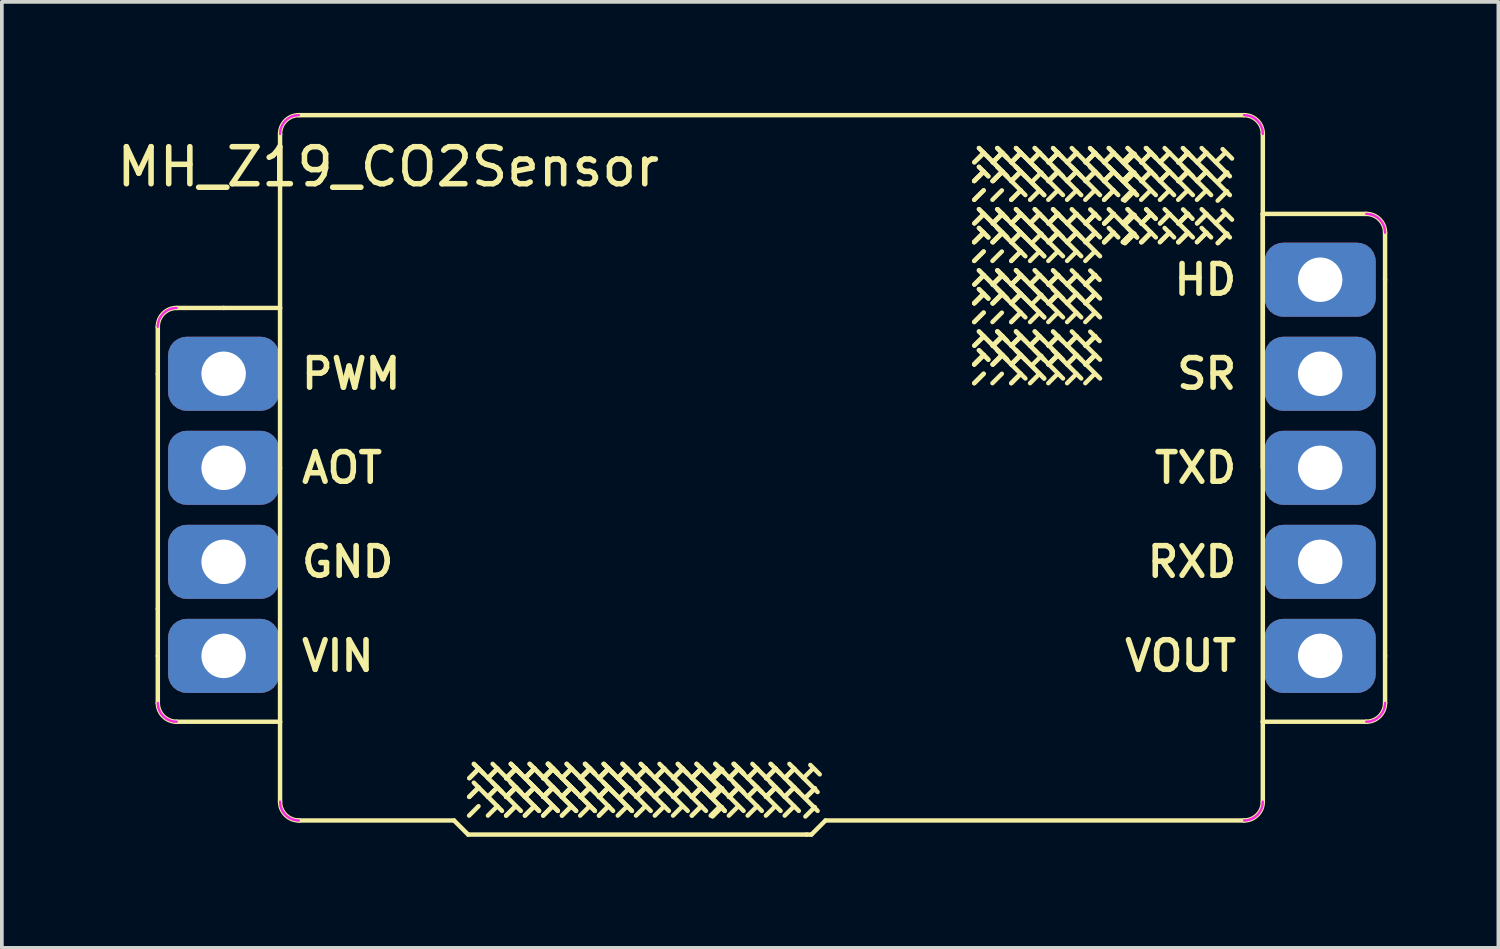
<source format=kicad_pcb>
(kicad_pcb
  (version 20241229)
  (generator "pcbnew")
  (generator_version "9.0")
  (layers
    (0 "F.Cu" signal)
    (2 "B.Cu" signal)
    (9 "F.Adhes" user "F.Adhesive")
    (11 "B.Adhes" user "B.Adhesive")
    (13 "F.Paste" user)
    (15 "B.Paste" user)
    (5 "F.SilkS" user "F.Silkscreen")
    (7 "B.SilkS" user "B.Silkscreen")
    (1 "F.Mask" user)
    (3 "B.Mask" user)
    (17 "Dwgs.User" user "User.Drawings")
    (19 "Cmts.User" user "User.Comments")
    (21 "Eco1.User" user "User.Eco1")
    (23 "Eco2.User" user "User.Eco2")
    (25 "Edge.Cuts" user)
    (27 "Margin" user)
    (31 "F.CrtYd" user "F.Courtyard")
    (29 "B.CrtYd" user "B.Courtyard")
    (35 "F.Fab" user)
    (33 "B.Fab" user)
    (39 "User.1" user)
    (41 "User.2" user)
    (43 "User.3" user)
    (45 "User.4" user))
  (footprint "MH_Z19_CO2Sensor"
    (layer "F.Cu")
    (at 2.99 14.665)
    (property "Reference" "MH_Z19_CO2Sensor" (at 4.445 -13.208 0) (layer "F.SilkS") (effects (font (size 1 1) (thickness 0.15))))
    (attr through_hole)
    (fp_line (start -1.778 -8.89) (end -1.778 -7.62) (stroke (width 0.12) (type solid)) (layer "F.SilkS"))
    (fp_line (start -1.778 -7.62) (end -1.778 -1.27) (stroke (width 0.12) (type solid)) (layer "F.SilkS"))
    (fp_line (start -1.778 0) (end -1.778 -1.27) (stroke (width 0.12) (type solid)) (layer "F.SilkS"))
    (fp_line (start -1.778 1.27) (end -1.778 0) (stroke (width 0.12) (type solid)) (layer "F.SilkS"))
    (fp_line (start 0 -9.398) (end -1.27 -9.398) (stroke (width 0.12) (type solid)) (layer "F.SilkS"))
    (fp_line (start 0 -9.398) (end 1.524 -9.398) (stroke (width 0.12) (type solid)) (layer "F.SilkS"))
    (fp_line (start 1.524 -14.097) (end 1.524 -9.398) (stroke (width 0.12) (type solid)) (layer "F.SilkS"))
    (fp_line (start 1.524 -5.08) (end 1.524 -9.398) (stroke (width 0.12) (type solid)) (layer "F.SilkS"))
    (fp_line (start 1.524 -5.08) (end 1.524 1.778) (stroke (width 0.12) (type solid)) (layer "F.SilkS"))
    (fp_line (start 1.524 1.778) (end -1.27 1.778) (stroke (width 0.12) (type solid)) (layer "F.SilkS"))
    (fp_line (start 1.524 3.937) (end 1.524 1.778) (stroke (width 0.12) (type solid)) (layer "F.SilkS"))
    (fp_line (start 2.032 -14.605) (end 27.559 -14.605) (stroke (width 0.12) (type solid)) (layer "F.SilkS"))
    (fp_line (start 2.032 4.445) (end 6.223 4.445) (stroke (width 0.12) (type solid)) (layer "F.SilkS"))
    (fp_line (start 6.223 4.445) (end 6.604 4.826) (stroke (width 0.12) (type solid)) (layer "F.SilkS"))
    (fp_line (start 6.604 4.826) (end 15.748 4.826) (stroke (width 0.12) (type solid)) (layer "F.SilkS"))
    (fp_line (start 6.884 3.551) (end 6.63 3.805) (stroke (width 0.12) (type solid)) (layer "F.SilkS"))
    (fp_line (start 6.884 4.059) (end 6.63 4.313) (stroke (width 0.12) (type solid)) (layer "F.SilkS"))
    (fp_line (start 6.89 3.048) (end 6.636 3.302) (stroke (width 0.12) (type solid)) (layer "F.SilkS"))
    (fp_line (start 6.89 3.048) (end 6.636 3.302) (stroke (width 0.12) (type solid)) (layer "F.SilkS"))
    (fp_line (start 6.89 3.556) (end 6.636 3.81) (stroke (width 0.12) (type solid)) (layer "F.SilkS"))
    (fp_line (start 7.017 3.175) (end 6.763 2.921) (stroke (width 0.12) (type solid)) (layer "F.SilkS"))
    (fp_line (start 7.392 3.043) (end 7.138 3.297) (stroke (width 0.12) (type solid)) (layer "F.SilkS"))
    (fp_line (start 7.392 3.551) (end 7.138 3.805) (stroke (width 0.12) (type solid)) (layer "F.SilkS"))
    (fp_line (start 7.392 3.551) (end 7.138 3.805) (stroke (width 0.12) (type solid)) (layer "F.SilkS"))
    (fp_line (start 7.392 4.059) (end 7.138 4.313) (stroke (width 0.12) (type solid)) (layer "F.SilkS"))
    (fp_line (start 7.398 3.048) (end 7.144 3.302) (stroke (width 0.12) (type solid)) (layer "F.SilkS"))
    (fp_line (start 7.519 3.678) (end 7.265 3.424) (stroke (width 0.12) (type solid)) (layer "F.SilkS"))
    (fp_line (start 7.519 4.186) (end 6.757 3.424) (stroke (width 0.12) (type solid)) (layer "F.SilkS"))
    (fp_line (start 7.884 3.551) (end 7.63 3.805) (stroke (width 0.12) (type solid)) (layer "F.SilkS"))
    (fp_line (start 7.884 3.551) (end 7.63 3.805) (stroke (width 0.12) (type solid)) (layer "F.SilkS"))
    (fp_line (start 7.884 4.059) (end 7.63 4.313) (stroke (width 0.12) (type solid)) (layer "F.SilkS"))
    (fp_line (start 7.884 4.059) (end 7.63 4.313) (stroke (width 0.12) (type solid)) (layer "F.SilkS"))
    (fp_line (start 7.89 3.048) (end 7.636 3.302) (stroke (width 0.12) (type solid)) (layer "F.SilkS"))
    (fp_line (start 7.89 3.048) (end 7.636 3.302) (stroke (width 0.12) (type solid)) (layer "F.SilkS"))
    (fp_line (start 7.89 3.048) (end 7.636 3.302) (stroke (width 0.12) (type solid)) (layer "F.SilkS"))
    (fp_line (start 7.89 3.048) (end 7.636 3.302) (stroke (width 0.12) (type solid)) (layer "F.SilkS"))
    (fp_line (start 7.89 3.556) (end 7.636 3.81) (stroke (width 0.12) (type solid)) (layer "F.SilkS"))
    (fp_line (start 7.89 3.556) (end 7.636 3.81) (stroke (width 0.12) (type solid)) (layer "F.SilkS"))
    (fp_line (start 7.9 3.043) (end 7.646 3.297) (stroke (width 0.12) (type solid)) (layer "F.SilkS"))
    (fp_line (start 7.9 3.551) (end 7.646 3.805) (stroke (width 0.12) (type solid)) (layer "F.SilkS"))
    (fp_line (start 8.017 3.175) (end 7.763 2.921) (stroke (width 0.12) (type solid)) (layer "F.SilkS"))
    (fp_line (start 8.017 3.175) (end 7.763 2.921) (stroke (width 0.12) (type solid)) (layer "F.SilkS"))
    (fp_line (start 8.027 3.678) (end 7.265 2.916) (stroke (width 0.12) (type solid)) (layer "F.SilkS"))
    (fp_line (start 8.027 4.186) (end 6.757 2.916) (stroke (width 0.12) (type solid)) (layer "F.SilkS"))
    (fp_line (start 8.392 3.043) (end 8.138 3.297) (stroke (width 0.12) (type solid)) (layer "F.SilkS"))
    (fp_line (start 8.392 3.043) (end 8.138 3.297) (stroke (width 0.12) (type solid)) (layer "F.SilkS"))
    (fp_line (start 8.392 3.551) (end 8.138 3.805) (stroke (width 0.12) (type solid)) (layer "F.SilkS"))
    (fp_line (start 8.392 3.551) (end 8.138 3.805) (stroke (width 0.12) (type solid)) (layer "F.SilkS"))
    (fp_line (start 8.392 3.551) (end 8.138 3.805) (stroke (width 0.12) (type solid)) (layer "F.SilkS"))
    (fp_line (start 8.392 3.551) (end 8.138 3.805) (stroke (width 0.12) (type solid)) (layer "F.SilkS"))
    (fp_line (start 8.392 4.059) (end 8.138 4.313) (stroke (width 0.12) (type solid)) (layer "F.SilkS"))
    (fp_line (start 8.392 4.059) (end 8.138 4.313) (stroke (width 0.12) (type solid)) (layer "F.SilkS"))
    (fp_line (start 8.398 3.048) (end 8.144 3.302) (stroke (width 0.12) (type solid)) (layer "F.SilkS"))
    (fp_line (start 8.398 3.048) (end 8.144 3.302) (stroke (width 0.12) (type solid)) (layer "F.SilkS"))
    (fp_line (start 8.519 3.678) (end 8.265 3.424) (stroke (width 0.12) (type solid)) (layer "F.SilkS"))
    (fp_line (start 8.519 3.678) (end 8.265 3.424) (stroke (width 0.12) (type solid)) (layer "F.SilkS"))
    (fp_line (start 8.519 4.186) (end 7.757 3.424) (stroke (width 0.12) (type solid)) (layer "F.SilkS"))
    (fp_line (start 8.519 4.186) (end 7.757 3.424) (stroke (width 0.12) (type solid)) (layer "F.SilkS"))
    (fp_line (start 8.884 3.551) (end 8.63 3.805) (stroke (width 0.12) (type solid)) (layer "F.SilkS"))
    (fp_line (start 8.884 3.551) (end 8.63 3.805) (stroke (width 0.12) (type solid)) (layer "F.SilkS"))
    (fp_line (start 8.884 4.059) (end 8.63 4.313) (stroke (width 0.12) (type solid)) (layer "F.SilkS"))
    (fp_line (start 8.884 4.059) (end 8.63 4.313) (stroke (width 0.12) (type solid)) (layer "F.SilkS"))
    (fp_line (start 8.89 3.048) (end 8.636 3.302) (stroke (width 0.12) (type solid)) (layer "F.SilkS"))
    (fp_line (start 8.89 3.048) (end 8.636 3.302) (stroke (width 0.12) (type solid)) (layer "F.SilkS"))
    (fp_line (start 8.89 3.048) (end 8.636 3.302) (stroke (width 0.12) (type solid)) (layer "F.SilkS"))
    (fp_line (start 8.89 3.048) (end 8.636 3.302) (stroke (width 0.12) (type solid)) (layer "F.SilkS"))
    (fp_line (start 8.89 3.556) (end 8.636 3.81) (stroke (width 0.12) (type solid)) (layer "F.SilkS"))
    (fp_line (start 8.89 3.556) (end 8.636 3.81) (stroke (width 0.12) (type solid)) (layer "F.SilkS"))
    (fp_line (start 8.9 3.043) (end 8.646 3.297) (stroke (width 0.12) (type solid)) (layer "F.SilkS"))
    (fp_line (start 8.9 3.043) (end 8.646 3.297) (stroke (width 0.12) (type solid)) (layer "F.SilkS"))
    (fp_line (start 8.9 3.551) (end 8.646 3.805) (stroke (width 0.12) (type solid)) (layer "F.SilkS"))
    (fp_line (start 8.9 3.551) (end 8.646 3.805) (stroke (width 0.12) (type solid)) (layer "F.SilkS"))
    (fp_line (start 9.017 3.175) (end 8.763 2.921) (stroke (width 0.12) (type solid)) (layer "F.SilkS"))
    (fp_line (start 9.017 3.175) (end 8.763 2.921) (stroke (width 0.12) (type solid)) (layer "F.SilkS"))
    (fp_line (start 9.027 3.17) (end 8.773 2.916) (stroke (width 0.12) (type solid)) (layer "F.SilkS"))
    (fp_line (start 9.027 3.17) (end 8.773 2.916) (stroke (width 0.12) (type solid)) (layer "F.SilkS"))
    (fp_line (start 9.027 3.678) (end 8.265 2.916) (stroke (width 0.12) (type solid)) (layer "F.SilkS"))
    (fp_line (start 9.027 3.678) (end 8.265 2.916) (stroke (width 0.12) (type solid)) (layer "F.SilkS"))
    (fp_line (start 9.027 4.186) (end 7.757 2.916) (stroke (width 0.12) (type solid)) (layer "F.SilkS"))
    (fp_line (start 9.027 4.186) (end 7.757 2.916) (stroke (width 0.12) (type solid)) (layer "F.SilkS"))
    (fp_line (start 9.392 3.043) (end 9.138 3.297) (stroke (width 0.12) (type solid)) (layer "F.SilkS"))
    (fp_line (start 9.392 3.551) (end 9.138 3.805) (stroke (width 0.12) (type solid)) (layer "F.SilkS"))
    (fp_line (start 9.392 3.551) (end 9.138 3.805) (stroke (width 0.12) (type solid)) (layer "F.SilkS"))
    (fp_line (start 9.392 3.551) (end 9.138 3.805) (stroke (width 0.12) (type solid)) (layer "F.SilkS"))
    (fp_line (start 9.392 3.551) (end 9.138 3.805) (stroke (width 0.12) (type solid)) (layer "F.SilkS"))
    (fp_line (start 9.392 4.059) (end 9.138 4.313) (stroke (width 0.12) (type solid)) (layer "F.SilkS"))
    (fp_line (start 9.392 4.059) (end 9.138 4.313) (stroke (width 0.12) (type solid)) (layer "F.SilkS"))
    (fp_line (start 9.398 3.048) (end 9.144 3.302) (stroke (width 0.12) (type solid)) (layer "F.SilkS"))
    (fp_line (start 9.519 3.678) (end 9.265 3.424) (stroke (width 0.12) (type solid)) (layer "F.SilkS"))
    (fp_line (start 9.519 3.678) (end 9.265 3.424) (stroke (width 0.12) (type solid)) (layer "F.SilkS"))
    (fp_line (start 9.519 4.186) (end 8.757 3.424) (stroke (width 0.12) (type solid)) (layer "F.SilkS"))
    (fp_line (start 9.519 4.186) (end 8.757 3.424) (stroke (width 0.12) (type solid)) (layer "F.SilkS"))
    (fp_line (start 9.884 3.551) (end 9.63 3.805) (stroke (width 0.12) (type solid)) (layer "F.SilkS"))
    (fp_line (start 9.884 4.059) (end 9.63 4.313) (stroke (width 0.12) (type solid)) (layer "F.SilkS"))
    (fp_line (start 9.89 3.048) (end 9.636 3.302) (stroke (width 0.12) (type solid)) (layer "F.SilkS"))
    (fp_line (start 9.89 3.048) (end 9.636 3.302) (stroke (width 0.12) (type solid)) (layer "F.SilkS"))
    (fp_line (start 9.89 3.556) (end 9.636 3.81) (stroke (width 0.12) (type solid)) (layer "F.SilkS"))
    (fp_line (start 9.9 3.043) (end 9.646 3.297) (stroke (width 0.12) (type solid)) (layer "F.SilkS"))
    (fp_line (start 9.9 3.043) (end 9.646 3.297) (stroke (width 0.12) (type solid)) (layer "F.SilkS"))
    (fp_line (start 9.9 3.551) (end 9.646 3.805) (stroke (width 0.12) (type solid)) (layer "F.SilkS"))
    (fp_line (start 9.9 3.551) (end 9.646 3.805) (stroke (width 0.12) (type solid)) (layer "F.SilkS"))
    (fp_line (start 10.017 3.175) (end 9.763 2.921) (stroke (width 0.12) (type solid)) (layer "F.SilkS"))
    (fp_line (start 10.027 3.17) (end 9.773 2.916) (stroke (width 0.12) (type solid)) (layer "F.SilkS"))
    (fp_line (start 10.027 3.678) (end 9.265 2.916) (stroke (width 0.12) (type solid)) (layer "F.SilkS"))
    (fp_line (start 10.027 3.678) (end 9.265 2.916) (stroke (width 0.12) (type solid)) (layer "F.SilkS"))
    (fp_line (start 10.027 4.186) (end 8.757 2.916) (stroke (width 0.12) (type solid)) (layer "F.SilkS"))
    (fp_line (start 10.027 4.186) (end 8.757 2.916) (stroke (width 0.12) (type solid)) (layer "F.SilkS"))
    (fp_line (start 10.392 3.043) (end 10.138 3.297) (stroke (width 0.12) (type solid)) (layer "F.SilkS"))
    (fp_line (start 10.392 3.551) (end 10.138 3.805) (stroke (width 0.12) (type solid)) (layer "F.SilkS"))
    (fp_line (start 10.392 3.551) (end 10.138 3.805) (stroke (width 0.12) (type solid)) (layer "F.SilkS"))
    (fp_line (start 10.392 3.551) (end 10.138 3.805) (stroke (width 0.12) (type solid)) (layer "F.SilkS"))
    (fp_line (start 10.392 4.059) (end 10.138 4.313) (stroke (width 0.12) (type solid)) (layer "F.SilkS"))
    (fp_line (start 10.392 4.059) (end 10.138 4.313) (stroke (width 0.12) (type solid)) (layer "F.SilkS"))
    (fp_line (start 10.398 3.048) (end 10.144 3.302) (stroke (width 0.12) (type solid)) (layer "F.SilkS"))
    (fp_line (start 10.398 3.048) (end 10.144 3.302) (stroke (width 0.12) (type solid)) (layer "F.SilkS"))
    (fp_line (start 10.398 3.048) (end 10.144 3.302) (stroke (width 0.12) (type solid)) (layer "F.SilkS"))
    (fp_line (start 10.398 3.556) (end 10.144 3.81) (stroke (width 0.12) (type solid)) (layer "F.SilkS"))
    (fp_line (start 10.519 3.678) (end 10.265 3.424) (stroke (width 0.12) (type solid)) (layer "F.SilkS"))
    (fp_line (start 10.519 4.186) (end 9.757 3.424) (stroke (width 0.12) (type solid)) (layer "F.SilkS"))
    (fp_line (start 10.525 3.175) (end 10.271 2.921) (stroke (width 0.12) (type solid)) (layer "F.SilkS"))
    (fp_line (start 10.9 3.043) (end 10.646 3.297) (stroke (width 0.12) (type solid)) (layer "F.SilkS"))
    (fp_line (start 10.9 3.043) (end 10.646 3.297) (stroke (width 0.12) (type solid)) (layer "F.SilkS"))
    (fp_line (start 10.9 4.059) (end 10.646 4.313) (stroke (width 0.12) (type solid)) (layer "F.SilkS"))
    (fp_line (start 10.906 3.048) (end 10.652 3.302) (stroke (width 0.12) (type solid)) (layer "F.SilkS"))
    (fp_line (start 10.951 3.575) (end 10.697 3.829) (stroke (width 0.12) (type solid)) (layer "F.SilkS"))
    (fp_line (start 11.027 3.17) (end 10.773 2.916) (stroke (width 0.12) (type solid)) (layer "F.SilkS"))
    (fp_line (start 11.027 3.678) (end 10.265 2.916) (stroke (width 0.12) (type solid)) (layer "F.SilkS"))
    (fp_line (start 11.027 3.678) (end 10.773 3.424) (stroke (width 0.12) (type solid)) (layer "F.SilkS"))
    (fp_line (start 11.027 4.186) (end 9.757 2.916) (stroke (width 0.12) (type solid)) (layer "F.SilkS"))
    (fp_line (start 11.027 4.186) (end 10.265 3.424) (stroke (width 0.12) (type solid)) (layer "F.SilkS"))
    (fp_line (start 11.392 3.551) (end 11.138 3.805) (stroke (width 0.12) (type solid)) (layer "F.SilkS"))
    (fp_line (start 11.392 4.059) (end 11.138 4.313) (stroke (width 0.12) (type solid)) (layer "F.SilkS"))
    (fp_line (start 11.398 3.048) (end 11.144 3.302) (stroke (width 0.12) (type solid)) (layer "F.SilkS"))
    (fp_line (start 11.398 3.048) (end 11.144 3.302) (stroke (width 0.12) (type solid)) (layer "F.SilkS"))
    (fp_line (start 11.398 3.556) (end 11.144 3.81) (stroke (width 0.12) (type solid)) (layer "F.SilkS"))
    (fp_line (start 11.408 3.043) (end 11.154 3.297) (stroke (width 0.12) (type solid)) (layer "F.SilkS"))
    (fp_line (start 11.408 3.551) (end 11.154 3.805) (stroke (width 0.12) (type solid)) (layer "F.SilkS"))
    (fp_line (start 11.525 3.175) (end 11.271 2.921) (stroke (width 0.12) (type solid)) (layer "F.SilkS"))
    (fp_line (start 11.535 3.678) (end 10.773 2.916) (stroke (width 0.12) (type solid)) (layer "F.SilkS"))
    (fp_line (start 11.535 4.186) (end 10.265 2.916) (stroke (width 0.12) (type solid)) (layer "F.SilkS"))
    (fp_line (start 11.9 3.043) (end 11.646 3.297) (stroke (width 0.12) (type solid)) (layer "F.SilkS"))
    (fp_line (start 11.9 3.551) (end 11.646 3.805) (stroke (width 0.12) (type solid)) (layer "F.SilkS"))
    (fp_line (start 11.9 3.551) (end 11.646 3.805) (stroke (width 0.12) (type solid)) (layer "F.SilkS"))
    (fp_line (start 11.9 4.059) (end 11.646 4.313) (stroke (width 0.12) (type solid)) (layer "F.SilkS"))
    (fp_line (start 11.906 3.048) (end 11.652 3.302) (stroke (width 0.12) (type solid)) (layer "F.SilkS"))
    (fp_line (start 12.027 3.678) (end 11.773 3.424) (stroke (width 0.12) (type solid)) (layer "F.SilkS"))
    (fp_line (start 12.027 4.186) (end 11.265 3.424) (stroke (width 0.12) (type solid)) (layer "F.SilkS"))
    (fp_line (start 12.392 3.551) (end 12.138 3.805) (stroke (width 0.12) (type solid)) (layer "F.SilkS"))
    (fp_line (start 12.392 4.059) (end 12.138 4.313) (stroke (width 0.12) (type solid)) (layer "F.SilkS"))
    (fp_line (start 12.398 3.048) (end 12.144 3.302) (stroke (width 0.12) (type solid)) (layer "F.SilkS"))
    (fp_line (start 12.398 3.048) (end 12.144 3.302) (stroke (width 0.12) (type solid)) (layer "F.SilkS"))
    (fp_line (start 12.398 3.556) (end 12.144 3.81) (stroke (width 0.12) (type solid)) (layer "F.SilkS"))
    (fp_line (start 12.408 3.043) (end 12.154 3.297) (stroke (width 0.12) (type solid)) (layer "F.SilkS"))
    (fp_line (start 12.408 3.551) (end 12.154 3.805) (stroke (width 0.12) (type solid)) (layer "F.SilkS"))
    (fp_line (start 12.525 3.175) (end 12.271 2.921) (stroke (width 0.12) (type solid)) (layer "F.SilkS"))
    (fp_line (start 12.535 3.678) (end 11.773 2.916) (stroke (width 0.12) (type solid)) (layer "F.SilkS"))
    (fp_line (start 12.535 4.186) (end 11.265 2.916) (stroke (width 0.12) (type solid)) (layer "F.SilkS"))
    (fp_line (start 12.9 3.043) (end 12.646 3.297) (stroke (width 0.12) (type solid)) (layer "F.SilkS"))
    (fp_line (start 12.9 3.551) (end 12.646 3.805) (stroke (width 0.12) (type solid)) (layer "F.SilkS"))
    (fp_line (start 12.9 3.551) (end 12.646 3.805) (stroke (width 0.12) (type solid)) (layer "F.SilkS"))
    (fp_line (start 12.9 3.551) (end 12.646 3.805) (stroke (width 0.12) (type solid)) (layer "F.SilkS"))
    (fp_line (start 12.9 4.059) (end 12.646 4.313) (stroke (width 0.12) (type solid)) (layer "F.SilkS"))
    (fp_line (start 12.9 4.059) (end 12.646 4.313) (stroke (width 0.12) (type solid)) (layer "F.SilkS"))
    (fp_line (start 12.906 3.048) (end 12.652 3.302) (stroke (width 0.12) (type solid)) (layer "F.SilkS"))
    (fp_line (start 12.906 3.048) (end 12.652 3.302) (stroke (width 0.12) (type solid)) (layer "F.SilkS"))
    (fp_line (start 12.906 3.048) (end 12.652 3.302) (stroke (width 0.12) (type solid)) (layer "F.SilkS"))
    (fp_line (start 12.906 3.556) (end 12.652 3.81) (stroke (width 0.12) (type solid)) (layer "F.SilkS"))
    (fp_line (start 13.027 3.678) (end 12.773 3.424) (stroke (width 0.12) (type solid)) (layer "F.SilkS"))
    (fp_line (start 13.027 4.186) (end 12.265 3.424) (stroke (width 0.12) (type solid)) (layer "F.SilkS"))
    (fp_line (start 13.408 3.043) (end 13.154 3.297) (stroke (width 0.12) (type solid)) (layer "F.SilkS"))
    (fp_line (start 13.408 3.043) (end 13.154 3.297) (stroke (width 0.12) (type solid)) (layer "F.SilkS"))
    (fp_line (start 13.408 3.551) (end 13.154 3.805) (stroke (width 0.12) (type solid)) (layer "F.SilkS"))
    (fp_line (start 13.408 3.551) (end 13.154 3.805) (stroke (width 0.12) (type solid)) (layer "F.SilkS"))
    (fp_line (start 13.408 3.551) (end 13.154 3.805) (stroke (width 0.12) (type solid)) (layer "F.SilkS"))
    (fp_line (start 13.408 4.059) (end 13.154 4.313) (stroke (width 0.12) (type solid)) (layer "F.SilkS"))
    (fp_line (start 13.414 3.048) (end 13.16 3.302) (stroke (width 0.12) (type solid)) (layer "F.SilkS"))
    (fp_line (start 13.459 3.575) (end 13.205 3.829) (stroke (width 0.12) (type solid)) (layer "F.SilkS"))
    (fp_line (start 13.459 4.083) (end 13.205 4.337) (stroke (width 0.12) (type solid)) (layer "F.SilkS"))
    (fp_line (start 13.465 3.072) (end 13.211 3.326) (stroke (width 0.12) (type solid)) (layer "F.SilkS"))
    (fp_line (start 13.465 3.072) (end 13.211 3.326) (stroke (width 0.12) (type solid)) (layer "F.SilkS"))
    (fp_line (start 13.465 3.58) (end 13.211 3.834) (stroke (width 0.12) (type solid)) (layer "F.SilkS"))
    (fp_line (start 13.535 3.17) (end 13.281 2.916) (stroke (width 0.12) (type solid)) (layer "F.SilkS"))
    (fp_line (start 13.535 3.678) (end 12.773 2.916) (stroke (width 0.12) (type solid)) (layer "F.SilkS"))
    (fp_line (start 13.535 3.678) (end 13.281 3.424) (stroke (width 0.12) (type solid)) (layer "F.SilkS"))
    (fp_line (start 13.535 4.186) (end 12.265 2.916) (stroke (width 0.12) (type solid)) (layer "F.SilkS"))
    (fp_line (start 13.535 4.186) (end 12.773 3.424) (stroke (width 0.12) (type solid)) (layer "F.SilkS"))
    (fp_line (start 13.9 3.551) (end 13.646 3.805) (stroke (width 0.12) (type solid)) (layer "F.SilkS"))
    (fp_line (start 13.9 4.059) (end 13.646 4.313) (stroke (width 0.12) (type solid)) (layer "F.SilkS"))
    (fp_line (start 13.906 3.048) (end 13.652 3.302) (stroke (width 0.12) (type solid)) (layer "F.SilkS"))
    (fp_line (start 13.906 3.048) (end 13.652 3.302) (stroke (width 0.12) (type solid)) (layer "F.SilkS"))
    (fp_line (start 13.906 3.556) (end 13.652 3.81) (stroke (width 0.12) (type solid)) (layer "F.SilkS"))
    (fp_line (start 13.916 3.043) (end 13.662 3.297) (stroke (width 0.12) (type solid)) (layer "F.SilkS"))
    (fp_line (start 13.916 3.551) (end 13.662 3.805) (stroke (width 0.12) (type solid)) (layer "F.SilkS"))
    (fp_line (start 14.033 3.175) (end 13.779 2.921) (stroke (width 0.12) (type solid)) (layer "F.SilkS"))
    (fp_line (start 14.043 3.17) (end 13.789 2.916) (stroke (width 0.12) (type solid)) (layer "F.SilkS"))
    (fp_line (start 14.043 3.678) (end 13.281 2.916) (stroke (width 0.12) (type solid)) (layer "F.SilkS"))
    (fp_line (start 14.043 4.186) (end 12.773 2.916) (stroke (width 0.12) (type solid)) (layer "F.SilkS"))
    (fp_line (start 14.408 3.043) (end 14.154 3.297) (stroke (width 0.12) (type solid)) (layer "F.SilkS"))
    (fp_line (start 14.408 3.551) (end 14.154 3.805) (stroke (width 0.12) (type solid)) (layer "F.SilkS"))
    (fp_line (start 14.408 3.551) (end 14.154 3.805) (stroke (width 0.12) (type solid)) (layer "F.SilkS"))
    (fp_line (start 14.408 4.059) (end 14.154 4.313) (stroke (width 0.12) (type solid)) (layer "F.SilkS"))
    (fp_line (start 14.414 3.048) (end 14.16 3.302) (stroke (width 0.12) (type solid)) (layer "F.SilkS"))
    (fp_line (start 14.535 3.678) (end 14.281 3.424) (stroke (width 0.12) (type solid)) (layer "F.SilkS"))
    (fp_line (start 14.535 4.186) (end 13.773 3.424) (stroke (width 0.12) (type solid)) (layer "F.SilkS"))
    (fp_line (start 14.9 3.551) (end 14.646 3.805) (stroke (width 0.12) (type solid)) (layer "F.SilkS"))
    (fp_line (start 14.9 4.059) (end 14.646 4.313) (stroke (width 0.12) (type solid)) (layer "F.SilkS"))
    (fp_line (start 14.906 3.048) (end 14.652 3.302) (stroke (width 0.12) (type solid)) (layer "F.SilkS"))
    (fp_line (start 14.906 3.048) (end 14.652 3.302) (stroke (width 0.12) (type solid)) (layer "F.SilkS"))
    (fp_line (start 14.906 3.556) (end 14.652 3.81) (stroke (width 0.12) (type solid)) (layer "F.SilkS"))
    (fp_line (start 14.916 3.043) (end 14.662 3.297) (stroke (width 0.12) (type solid)) (layer "F.SilkS"))
    (fp_line (start 14.916 3.551) (end 14.662 3.805) (stroke (width 0.12) (type solid)) (layer "F.SilkS"))
    (fp_line (start 15.033 3.175) (end 14.779 2.921) (stroke (width 0.12) (type solid)) (layer "F.SilkS"))
    (fp_line (start 15.043 3.678) (end 14.281 2.916) (stroke (width 0.12) (type solid)) (layer "F.SilkS"))
    (fp_line (start 15.043 4.186) (end 13.773 2.916) (stroke (width 0.12) (type solid)) (layer "F.SilkS"))
    (fp_line (start 15.408 3.043) (end 15.154 3.297) (stroke (width 0.12) (type solid)) (layer "F.SilkS"))
    (fp_line (start 15.408 3.551) (end 15.154 3.805) (stroke (width 0.12) (type solid)) (layer "F.SilkS"))
    (fp_line (start 15.408 3.551) (end 15.154 3.805) (stroke (width 0.12) (type solid)) (layer "F.SilkS"))
    (fp_line (start 15.408 4.059) (end 15.154 4.313) (stroke (width 0.12) (type solid)) (layer "F.SilkS"))
    (fp_line (start 15.414 3.048) (end 15.16 3.302) (stroke (width 0.12) (type solid)) (layer "F.SilkS"))
    (fp_line (start 15.535 3.678) (end 15.281 3.424) (stroke (width 0.12) (type solid)) (layer "F.SilkS"))
    (fp_line (start 15.535 4.186) (end 14.773 3.424) (stroke (width 0.12) (type solid)) (layer "F.SilkS"))
    (fp_line (start 15.748 4.826) (end 15.875 4.826) (stroke (width 0.12) (type solid)) (layer "F.SilkS"))
    (fp_line (start 15.875 4.826) (end 16.256 4.445) (stroke (width 0.12) (type solid)) (layer "F.SilkS"))
    (fp_line (start 15.916 3.043) (end 15.662 3.297) (stroke (width 0.12) (type solid)) (layer "F.SilkS"))
    (fp_line (start 15.967 3.575) (end 15.713 3.829) (stroke (width 0.12) (type solid)) (layer "F.SilkS"))
    (fp_line (start 15.967 4.083) (end 15.713 4.337) (stroke (width 0.12) (type solid)) (layer "F.SilkS"))
    (fp_line (start 15.973 3.58) (end 15.719 3.834) (stroke (width 0.12) (type solid)) (layer "F.SilkS"))
    (fp_line (start 16.043 3.678) (end 15.281 2.916) (stroke (width 0.12) (type solid)) (layer "F.SilkS"))
    (fp_line (start 16.043 4.186) (end 14.773 2.916) (stroke (width 0.12) (type solid)) (layer "F.SilkS"))
    (fp_line (start 16.1 3.199) (end 15.846 2.945) (stroke (width 0.12) (type solid)) (layer "F.SilkS"))
    (fp_line (start 16.256 4.445) (end 27.559 4.445) (stroke (width 0.12) (type solid)) (layer "F.SilkS"))
    (fp_line (start 20.527 -13.589) (end 20.273 -13.335) (stroke (width 0.12) (type solid)) (layer "F.SilkS"))
    (fp_line (start 20.527 -13.081) (end 20.273 -12.827) (stroke (width 0.12) (type solid)) (layer "F.SilkS"))
    (fp_line (start 20.527 -13.081) (end 20.273 -12.827) (stroke (width 0.12) (type solid)) (layer "F.SilkS"))
    (fp_line (start 20.527 -13.081) (end 20.273 -12.827) (stroke (width 0.12) (type solid)) (layer "F.SilkS"))
    (fp_line (start 20.527 -13.081) (end 20.273 -12.827) (stroke (width 0.12) (type solid)) (layer "F.SilkS"))
    (fp_line (start 20.527 -12.573) (end 20.273 -12.319) (stroke (width 0.12) (type solid)) (layer "F.SilkS"))
    (fp_line (start 20.527 -12.573) (end 20.273 -12.319) (stroke (width 0.12) (type solid)) (layer "F.SilkS"))
    (fp_line (start 20.527 -11.938) (end 20.273 -11.684) (stroke (width 0.12) (type solid)) (layer "F.SilkS"))
    (fp_line (start 20.527 -11.43) (end 20.273 -11.176) (stroke (width 0.12) (type solid)) (layer "F.SilkS"))
    (fp_line (start 20.527 -11.43) (end 20.273 -11.176) (stroke (width 0.12) (type solid)) (layer "F.SilkS"))
    (fp_line (start 20.527 -11.43) (end 20.273 -11.176) (stroke (width 0.12) (type solid)) (layer "F.SilkS"))
    (fp_line (start 20.527 -11.43) (end 20.273 -11.176) (stroke (width 0.12) (type solid)) (layer "F.SilkS"))
    (fp_line (start 20.527 -10.922) (end 20.273 -10.668) (stroke (width 0.12) (type solid)) (layer "F.SilkS"))
    (fp_line (start 20.527 -10.922) (end 20.273 -10.668) (stroke (width 0.12) (type solid)) (layer "F.SilkS"))
    (fp_line (start 20.527 -10.287) (end 20.273 -10.033) (stroke (width 0.12) (type solid)) (layer "F.SilkS"))
    (fp_line (start 20.527 -9.779) (end 20.273 -9.525) (stroke (width 0.12) (type solid)) (layer "F.SilkS"))
    (fp_line (start 20.527 -9.779) (end 20.273 -9.525) (stroke (width 0.12) (type solid)) (layer "F.SilkS"))
    (fp_line (start 20.527 -9.779) (end 20.273 -9.525) (stroke (width 0.12) (type solid)) (layer "F.SilkS"))
    (fp_line (start 20.527 -9.779) (end 20.273 -9.525) (stroke (width 0.12) (type solid)) (layer "F.SilkS"))
    (fp_line (start 20.527 -9.271) (end 20.273 -9.017) (stroke (width 0.12) (type solid)) (layer "F.SilkS"))
    (fp_line (start 20.527 -9.271) (end 20.273 -9.017) (stroke (width 0.12) (type solid)) (layer "F.SilkS"))
    (fp_line (start 20.527 -8.636) (end 20.273 -8.382) (stroke (width 0.12) (type solid)) (layer "F.SilkS"))
    (fp_line (start 20.527 -8.128) (end 20.273 -7.874) (stroke (width 0.12) (type solid)) (layer "F.SilkS"))
    (fp_line (start 20.527 -8.128) (end 20.273 -7.874) (stroke (width 0.12) (type solid)) (layer "F.SilkS"))
    (fp_line (start 20.527 -8.128) (end 20.273 -7.874) (stroke (width 0.12) (type solid)) (layer "F.SilkS"))
    (fp_line (start 20.527 -8.128) (end 20.273 -7.874) (stroke (width 0.12) (type solid)) (layer "F.SilkS"))
    (fp_line (start 20.527 -7.62) (end 20.273 -7.366) (stroke (width 0.12) (type solid)) (layer "F.SilkS"))
    (fp_line (start 20.527 -7.62) (end 20.273 -7.366) (stroke (width 0.12) (type solid)) (layer "F.SilkS"))
    (fp_line (start 20.533 -13.584) (end 20.279 -13.33) (stroke (width 0.12) (type solid)) (layer "F.SilkS"))
    (fp_line (start 20.533 -11.933) (end 20.279 -11.679) (stroke (width 0.12) (type solid)) (layer "F.SilkS"))
    (fp_line (start 20.533 -10.282) (end 20.279 -10.028) (stroke (width 0.12) (type solid)) (layer "F.SilkS"))
    (fp_line (start 20.533 -8.631) (end 20.279 -8.377) (stroke (width 0.12) (type solid)) (layer "F.SilkS"))
    (fp_line (start 20.654 -12.954) (end 20.4 -13.208) (stroke (width 0.12) (type solid)) (layer "F.SilkS"))
    (fp_line (start 20.654 -12.954) (end 20.4 -13.208) (stroke (width 0.12) (type solid)) (layer "F.SilkS"))
    (fp_line (start 20.654 -11.303) (end 20.4 -11.557) (stroke (width 0.12) (type solid)) (layer "F.SilkS"))
    (fp_line (start 20.654 -11.303) (end 20.4 -11.557) (stroke (width 0.12) (type solid)) (layer "F.SilkS"))
    (fp_line (start 20.654 -9.652) (end 20.4 -9.906) (stroke (width 0.12) (type solid)) (layer "F.SilkS"))
    (fp_line (start 20.654 -9.652) (end 20.4 -9.906) (stroke (width 0.12) (type solid)) (layer "F.SilkS"))
    (fp_line (start 20.654 -8.001) (end 20.4 -8.255) (stroke (width 0.12) (type solid)) (layer "F.SilkS"))
    (fp_line (start 20.654 -8.001) (end 20.4 -8.255) (stroke (width 0.12) (type solid)) (layer "F.SilkS"))
    (fp_line (start 21.019 -13.081) (end 20.765 -12.827) (stroke (width 0.12) (type solid)) (layer "F.SilkS"))
    (fp_line (start 21.019 -12.573) (end 20.765 -12.319) (stroke (width 0.12) (type solid)) (layer "F.SilkS"))
    (fp_line (start 21.019 -11.43) (end 20.765 -11.176) (stroke (width 0.12) (type solid)) (layer "F.SilkS"))
    (fp_line (start 21.019 -10.922) (end 20.765 -10.668) (stroke (width 0.12) (type solid)) (layer "F.SilkS"))
    (fp_line (start 21.019 -9.779) (end 20.765 -9.525) (stroke (width 0.12) (type solid)) (layer "F.SilkS"))
    (fp_line (start 21.019 -9.271) (end 20.765 -9.017) (stroke (width 0.12) (type solid)) (layer "F.SilkS"))
    (fp_line (start 21.019 -8.128) (end 20.765 -7.874) (stroke (width 0.12) (type solid)) (layer "F.SilkS"))
    (fp_line (start 21.019 -7.62) (end 20.765 -7.366) (stroke (width 0.12) (type solid)) (layer "F.SilkS"))
    (fp_line (start 21.025 -13.584) (end 20.771 -13.33) (stroke (width 0.12) (type solid)) (layer "F.SilkS"))
    (fp_line (start 21.025 -13.584) (end 20.771 -13.33) (stroke (width 0.12) (type solid)) (layer "F.SilkS"))
    (fp_line (start 21.025 -13.076) (end 20.771 -12.822) (stroke (width 0.12) (type solid)) (layer "F.SilkS"))
    (fp_line (start 21.025 -11.933) (end 20.771 -11.679) (stroke (width 0.12) (type solid)) (layer "F.SilkS"))
    (fp_line (start 21.025 -11.933) (end 20.771 -11.679) (stroke (width 0.12) (type solid)) (layer "F.SilkS"))
    (fp_line (start 21.025 -11.425) (end 20.771 -11.171) (stroke (width 0.12) (type solid)) (layer "F.SilkS"))
    (fp_line (start 21.025 -10.282) (end 20.771 -10.028) (stroke (width 0.12) (type solid)) (layer "F.SilkS"))
    (fp_line (start 21.025 -10.282) (end 20.771 -10.028) (stroke (width 0.12) (type solid)) (layer "F.SilkS"))
    (fp_line (start 21.025 -9.774) (end 20.771 -9.52) (stroke (width 0.12) (type solid)) (layer "F.SilkS"))
    (fp_line (start 21.025 -8.631) (end 20.771 -8.377) (stroke (width 0.12) (type solid)) (layer "F.SilkS"))
    (fp_line (start 21.025 -8.631) (end 20.771 -8.377) (stroke (width 0.12) (type solid)) (layer "F.SilkS"))
    (fp_line (start 21.025 -8.123) (end 20.771 -7.869) (stroke (width 0.12) (type solid)) (layer "F.SilkS"))
    (fp_line (start 21.035 -13.589) (end 20.781 -13.335) (stroke (width 0.12) (type solid)) (layer "F.SilkS"))
    (fp_line (start 21.035 -13.589) (end 20.781 -13.335) (stroke (width 0.12) (type solid)) (layer "F.SilkS"))
    (fp_line (start 21.035 -13.081) (end 20.781 -12.827) (stroke (width 0.12) (type solid)) (layer "F.SilkS"))
    (fp_line (start 21.035 -13.081) (end 20.781 -12.827) (stroke (width 0.12) (type solid)) (layer "F.SilkS"))
    (fp_line (start 21.035 -11.938) (end 20.781 -11.684) (stroke (width 0.12) (type solid)) (layer "F.SilkS"))
    (fp_line (start 21.035 -11.938) (end 20.781 -11.684) (stroke (width 0.12) (type solid)) (layer "F.SilkS"))
    (fp_line (start 21.035 -11.43) (end 20.781 -11.176) (stroke (width 0.12) (type solid)) (layer "F.SilkS"))
    (fp_line (start 21.035 -11.43) (end 20.781 -11.176) (stroke (width 0.12) (type solid)) (layer "F.SilkS"))
    (fp_line (start 21.035 -10.287) (end 20.781 -10.033) (stroke (width 0.12) (type solid)) (layer "F.SilkS"))
    (fp_line (start 21.035 -10.287) (end 20.781 -10.033) (stroke (width 0.12) (type solid)) (layer "F.SilkS"))
    (fp_line (start 21.035 -9.779) (end 20.781 -9.525) (stroke (width 0.12) (type solid)) (layer "F.SilkS"))
    (fp_line (start 21.035 -9.779) (end 20.781 -9.525) (stroke (width 0.12) (type solid)) (layer "F.SilkS"))
    (fp_line (start 21.035 -8.636) (end 20.781 -8.382) (stroke (width 0.12) (type solid)) (layer "F.SilkS"))
    (fp_line (start 21.035 -8.636) (end 20.781 -8.382) (stroke (width 0.12) (type solid)) (layer "F.SilkS"))
    (fp_line (start 21.035 -8.128) (end 20.781 -7.874) (stroke (width 0.12) (type solid)) (layer "F.SilkS"))
    (fp_line (start 21.035 -8.128) (end 20.781 -7.874) (stroke (width 0.12) (type solid)) (layer "F.SilkS"))
    (fp_line (start 21.152 -13.457) (end 20.898 -13.711) (stroke (width 0.12) (type solid)) (layer "F.SilkS"))
    (fp_line (start 21.152 -11.806) (end 20.898 -12.06) (stroke (width 0.12) (type solid)) (layer "F.SilkS"))
    (fp_line (start 21.152 -10.155) (end 20.898 -10.409) (stroke (width 0.12) (type solid)) (layer "F.SilkS"))
    (fp_line (start 21.152 -8.504) (end 20.898 -8.758) (stroke (width 0.12) (type solid)) (layer "F.SilkS"))
    (fp_line (start 21.162 -13.462) (end 20.908 -13.716) (stroke (width 0.12) (type solid)) (layer "F.SilkS"))
    (fp_line (start 21.162 -12.954) (end 20.4 -13.716) (stroke (width 0.12) (type solid)) (layer "F.SilkS"))
    (fp_line (start 21.162 -12.954) (end 20.4 -13.716) (stroke (width 0.12) (type solid)) (layer "F.SilkS"))
    (fp_line (start 21.162 -11.811) (end 20.908 -12.065) (stroke (width 0.12) (type solid)) (layer "F.SilkS"))
    (fp_line (start 21.162 -11.303) (end 20.4 -12.065) (stroke (width 0.12) (type solid)) (layer "F.SilkS"))
    (fp_line (start 21.162 -11.303) (end 20.4 -12.065) (stroke (width 0.12) (type solid)) (layer "F.SilkS"))
    (fp_line (start 21.162 -10.16) (end 20.908 -10.414) (stroke (width 0.12) (type solid)) (layer "F.SilkS"))
    (fp_line (start 21.162 -9.652) (end 20.4 -10.414) (stroke (width 0.12) (type solid)) (layer "F.SilkS"))
    (fp_line (start 21.162 -9.652) (end 20.4 -10.414) (stroke (width 0.12) (type solid)) (layer "F.SilkS"))
    (fp_line (start 21.162 -8.509) (end 20.908 -8.763) (stroke (width 0.12) (type solid)) (layer "F.SilkS"))
    (fp_line (start 21.162 -8.001) (end 20.4 -8.763) (stroke (width 0.12) (type solid)) (layer "F.SilkS"))
    (fp_line (start 21.162 -8.001) (end 20.4 -8.763) (stroke (width 0.12) (type solid)) (layer "F.SilkS"))
    (fp_line (start 21.527 -13.589) (end 21.273 -13.335) (stroke (width 0.12) (type solid)) (layer "F.SilkS"))
    (fp_line (start 21.527 -13.081) (end 21.273 -12.827) (stroke (width 0.12) (type solid)) (layer "F.SilkS"))
    (fp_line (start 21.527 -13.081) (end 21.273 -12.827) (stroke (width 0.12) (type solid)) (layer "F.SilkS"))
    (fp_line (start 21.527 -13.081) (end 21.273 -12.827) (stroke (width 0.12) (type solid)) (layer "F.SilkS"))
    (fp_line (start 21.527 -12.573) (end 21.273 -12.319) (stroke (width 0.12) (type solid)) (layer "F.SilkS"))
    (fp_line (start 21.527 -12.573) (end 21.273 -12.319) (stroke (width 0.12) (type solid)) (layer "F.SilkS"))
    (fp_line (start 21.527 -11.938) (end 21.273 -11.684) (stroke (width 0.12) (type solid)) (layer "F.SilkS"))
    (fp_line (start 21.527 -11.43) (end 21.273 -11.176) (stroke (width 0.12) (type solid)) (layer "F.SilkS"))
    (fp_line (start 21.527 -11.43) (end 21.273 -11.176) (stroke (width 0.12) (type solid)) (layer "F.SilkS"))
    (fp_line (start 21.527 -11.43) (end 21.273 -11.176) (stroke (width 0.12) (type solid)) (layer "F.SilkS"))
    (fp_line (start 21.527 -10.922) (end 21.273 -10.668) (stroke (width 0.12) (type solid)) (layer "F.SilkS"))
    (fp_line (start 21.527 -10.922) (end 21.273 -10.668) (stroke (width 0.12) (type solid)) (layer "F.SilkS"))
    (fp_line (start 21.527 -10.287) (end 21.273 -10.033) (stroke (width 0.12) (type solid)) (layer "F.SilkS"))
    (fp_line (start 21.527 -9.779) (end 21.273 -9.525) (stroke (width 0.12) (type solid)) (layer "F.SilkS"))
    (fp_line (start 21.527 -9.779) (end 21.273 -9.525) (stroke (width 0.12) (type solid)) (layer "F.SilkS"))
    (fp_line (start 21.527 -9.779) (end 21.273 -9.525) (stroke (width 0.12) (type solid)) (layer "F.SilkS"))
    (fp_line (start 21.527 -9.271) (end 21.273 -9.017) (stroke (width 0.12) (type solid)) (layer "F.SilkS"))
    (fp_line (start 21.527 -9.271) (end 21.273 -9.017) (stroke (width 0.12) (type solid)) (layer "F.SilkS"))
    (fp_line (start 21.527 -8.636) (end 21.273 -8.382) (stroke (width 0.12) (type solid)) (layer "F.SilkS"))
    (fp_line (start 21.527 -8.128) (end 21.273 -7.874) (stroke (width 0.12) (type solid)) (layer "F.SilkS"))
    (fp_line (start 21.527 -8.128) (end 21.273 -7.874) (stroke (width 0.12) (type solid)) (layer "F.SilkS"))
    (fp_line (start 21.527 -8.128) (end 21.273 -7.874) (stroke (width 0.12) (type solid)) (layer "F.SilkS"))
    (fp_line (start 21.527 -7.62) (end 21.273 -7.366) (stroke (width 0.12) (type solid)) (layer "F.SilkS"))
    (fp_line (start 21.527 -7.62) (end 21.273 -7.366) (stroke (width 0.12) (type solid)) (layer "F.SilkS"))
    (fp_line (start 21.533 -13.584) (end 21.279 -13.33) (stroke (width 0.12) (type solid)) (layer "F.SilkS"))
    (fp_line (start 21.533 -13.584) (end 21.279 -13.33) (stroke (width 0.12) (type solid)) (layer "F.SilkS"))
    (fp_line (start 21.533 -13.584) (end 21.279 -13.33) (stroke (width 0.12) (type solid)) (layer "F.SilkS"))
    (fp_line (start 21.533 -13.076) (end 21.279 -12.822) (stroke (width 0.12) (type solid)) (layer "F.SilkS"))
    (fp_line (start 21.533 -11.933) (end 21.279 -11.679) (stroke (width 0.12) (type solid)) (layer "F.SilkS"))
    (fp_line (start 21.533 -11.933) (end 21.279 -11.679) (stroke (width 0.12) (type solid)) (layer "F.SilkS"))
    (fp_line (start 21.533 -11.933) (end 21.279 -11.679) (stroke (width 0.12) (type solid)) (layer "F.SilkS"))
    (fp_line (start 21.533 -11.425) (end 21.279 -11.171) (stroke (width 0.12) (type solid)) (layer "F.SilkS"))
    (fp_line (start 21.533 -10.282) (end 21.279 -10.028) (stroke (width 0.12) (type solid)) (layer "F.SilkS"))
    (fp_line (start 21.533 -10.282) (end 21.279 -10.028) (stroke (width 0.12) (type solid)) (layer "F.SilkS"))
    (fp_line (start 21.533 -10.282) (end 21.279 -10.028) (stroke (width 0.12) (type solid)) (layer "F.SilkS"))
    (fp_line (start 21.533 -9.774) (end 21.279 -9.52) (stroke (width 0.12) (type solid)) (layer "F.SilkS"))
    (fp_line (start 21.533 -8.631) (end 21.279 -8.377) (stroke (width 0.12) (type solid)) (layer "F.SilkS"))
    (fp_line (start 21.533 -8.631) (end 21.279 -8.377) (stroke (width 0.12) (type solid)) (layer "F.SilkS"))
    (fp_line (start 21.533 -8.631) (end 21.279 -8.377) (stroke (width 0.12) (type solid)) (layer "F.SilkS"))
    (fp_line (start 21.533 -8.123) (end 21.279 -7.869) (stroke (width 0.12) (type solid)) (layer "F.SilkS"))
    (fp_line (start 21.654 -12.954) (end 21.4 -13.208) (stroke (width 0.12) (type solid)) (layer "F.SilkS"))
    (fp_line (start 21.654 -12.446) (end 20.892 -13.208) (stroke (width 0.12) (type solid)) (layer "F.SilkS"))
    (fp_line (start 21.654 -11.303) (end 21.4 -11.557) (stroke (width 0.12) (type solid)) (layer "F.SilkS"))
    (fp_line (start 21.654 -10.795) (end 20.892 -11.557) (stroke (width 0.12) (type solid)) (layer "F.SilkS"))
    (fp_line (start 21.654 -9.652) (end 21.4 -9.906) (stroke (width 0.12) (type solid)) (layer "F.SilkS"))
    (fp_line (start 21.654 -9.144) (end 20.892 -9.906) (stroke (width 0.12) (type solid)) (layer "F.SilkS"))
    (fp_line (start 21.654 -8.001) (end 21.4 -8.255) (stroke (width 0.12) (type solid)) (layer "F.SilkS"))
    (fp_line (start 21.654 -7.493) (end 20.892 -8.255) (stroke (width 0.12) (type solid)) (layer "F.SilkS"))
    (fp_line (start 21.66 -13.457) (end 21.406 -13.711) (stroke (width 0.12) (type solid)) (layer "F.SilkS"))
    (fp_line (start 21.66 -11.806) (end 21.406 -12.06) (stroke (width 0.12) (type solid)) (layer "F.SilkS"))
    (fp_line (start 21.66 -10.155) (end 21.406 -10.409) (stroke (width 0.12) (type solid)) (layer "F.SilkS"))
    (fp_line (start 21.66 -8.504) (end 21.406 -8.758) (stroke (width 0.12) (type solid)) (layer "F.SilkS"))
    (fp_line (start 22.035 -13.589) (end 21.781 -13.335) (stroke (width 0.12) (type solid)) (layer "F.SilkS"))
    (fp_line (start 22.035 -13.589) (end 21.781 -13.335) (stroke (width 0.12) (type solid)) (layer "F.SilkS"))
    (fp_line (start 22.035 -12.573) (end 21.781 -12.319) (stroke (width 0.12) (type solid)) (layer "F.SilkS"))
    (fp_line (start 22.035 -11.938) (end 21.781 -11.684) (stroke (width 0.12) (type solid)) (layer "F.SilkS"))
    (fp_line (start 22.035 -11.938) (end 21.781 -11.684) (stroke (width 0.12) (type solid)) (layer "F.SilkS"))
    (fp_line (start 22.035 -10.922) (end 21.781 -10.668) (stroke (width 0.12) (type solid)) (layer "F.SilkS"))
    (fp_line (start 22.035 -10.287) (end 21.781 -10.033) (stroke (width 0.12) (type solid)) (layer "F.SilkS"))
    (fp_line (start 22.035 -10.287) (end 21.781 -10.033) (stroke (width 0.12) (type solid)) (layer "F.SilkS"))
    (fp_line (start 22.035 -9.271) (end 21.781 -9.017) (stroke (width 0.12) (type solid)) (layer "F.SilkS"))
    (fp_line (start 22.035 -8.636) (end 21.781 -8.382) (stroke (width 0.12) (type solid)) (layer "F.SilkS"))
    (fp_line (start 22.035 -8.636) (end 21.781 -8.382) (stroke (width 0.12) (type solid)) (layer "F.SilkS"))
    (fp_line (start 22.035 -7.62) (end 21.781 -7.366) (stroke (width 0.12) (type solid)) (layer "F.SilkS"))
    (fp_line (start 22.041 -13.584) (end 21.787 -13.33) (stroke (width 0.12) (type solid)) (layer "F.SilkS"))
    (fp_line (start 22.041 -11.933) (end 21.787 -11.679) (stroke (width 0.12) (type solid)) (layer "F.SilkS"))
    (fp_line (start 22.041 -10.282) (end 21.787 -10.028) (stroke (width 0.12) (type solid)) (layer "F.SilkS"))
    (fp_line (start 22.041 -8.631) (end 21.787 -8.377) (stroke (width 0.12) (type solid)) (layer "F.SilkS"))
    (fp_line (start 22.086 -13.057) (end 21.832 -12.803) (stroke (width 0.12) (type solid)) (layer "F.SilkS"))
    (fp_line (start 22.086 -11.406) (end 21.832 -11.152) (stroke (width 0.12) (type solid)) (layer "F.SilkS"))
    (fp_line (start 22.086 -9.755) (end 21.832 -9.501) (stroke (width 0.12) (type solid)) (layer "F.SilkS"))
    (fp_line (start 22.086 -8.104) (end 21.832 -7.85) (stroke (width 0.12) (type solid)) (layer "F.SilkS"))
    (fp_line (start 22.162 -13.462) (end 21.908 -13.716) (stroke (width 0.12) (type solid)) (layer "F.SilkS"))
    (fp_line (start 22.162 -12.954) (end 21.4 -13.716) (stroke (width 0.12) (type solid)) (layer "F.SilkS"))
    (fp_line (start 22.162 -12.954) (end 21.908 -13.208) (stroke (width 0.12) (type solid)) (layer "F.SilkS"))
    (fp_line (start 22.162 -12.446) (end 20.892 -13.716) (stroke (width 0.12) (type solid)) (layer "F.SilkS"))
    (fp_line (start 22.162 -12.446) (end 21.4 -13.208) (stroke (width 0.12) (type solid)) (layer "F.SilkS"))
    (fp_line (start 22.162 -11.811) (end 21.908 -12.065) (stroke (width 0.12) (type solid)) (layer "F.SilkS"))
    (fp_line (start 22.162 -11.303) (end 21.4 -12.065) (stroke (width 0.12) (type solid)) (layer "F.SilkS"))
    (fp_line (start 22.162 -11.303) (end 21.908 -11.557) (stroke (width 0.12) (type solid)) (layer "F.SilkS"))
    (fp_line (start 22.162 -10.795) (end 20.892 -12.065) (stroke (width 0.12) (type solid)) (layer "F.SilkS"))
    (fp_line (start 22.162 -10.795) (end 21.4 -11.557) (stroke (width 0.12) (type solid)) (layer "F.SilkS"))
    (fp_line (start 22.162 -10.16) (end 21.908 -10.414) (stroke (width 0.12) (type solid)) (layer "F.SilkS"))
    (fp_line (start 22.162 -9.652) (end 21.4 -10.414) (stroke (width 0.12) (type solid)) (layer "F.SilkS"))
    (fp_line (start 22.162 -9.652) (end 21.908 -9.906) (stroke (width 0.12) (type solid)) (layer "F.SilkS"))
    (fp_line (start 22.162 -9.144) (end 20.892 -10.414) (stroke (width 0.12) (type solid)) (layer "F.SilkS"))
    (fp_line (start 22.162 -9.144) (end 21.4 -9.906) (stroke (width 0.12) (type solid)) (layer "F.SilkS"))
    (fp_line (start 22.162 -8.509) (end 21.908 -8.763) (stroke (width 0.12) (type solid)) (layer "F.SilkS"))
    (fp_line (start 22.162 -8.001) (end 21.4 -8.763) (stroke (width 0.12) (type solid)) (layer "F.SilkS"))
    (fp_line (start 22.162 -8.001) (end 21.908 -8.255) (stroke (width 0.12) (type solid)) (layer "F.SilkS"))
    (fp_line (start 22.162 -7.493) (end 20.892 -8.763) (stroke (width 0.12) (type solid)) (layer "F.SilkS"))
    (fp_line (start 22.162 -7.493) (end 21.4 -8.255) (stroke (width 0.12) (type solid)) (layer "F.SilkS"))
    (fp_line (start 22.527 -13.081) (end 22.273 -12.827) (stroke (width 0.12) (type solid)) (layer "F.SilkS"))
    (fp_line (start 22.527 -12.573) (end 22.273 -12.319) (stroke (width 0.12) (type solid)) (layer "F.SilkS"))
    (fp_line (start 22.527 -11.43) (end 22.273 -11.176) (stroke (width 0.12) (type solid)) (layer "F.SilkS"))
    (fp_line (start 22.527 -10.922) (end 22.273 -10.668) (stroke (width 0.12) (type solid)) (layer "F.SilkS"))
    (fp_line (start 22.527 -9.779) (end 22.273 -9.525) (stroke (width 0.12) (type solid)) (layer "F.SilkS"))
    (fp_line (start 22.527 -9.271) (end 22.273 -9.017) (stroke (width 0.12) (type solid)) (layer "F.SilkS"))
    (fp_line (start 22.527 -8.128) (end 22.273 -7.874) (stroke (width 0.12) (type solid)) (layer "F.SilkS"))
    (fp_line (start 22.527 -7.62) (end 22.273 -7.366) (stroke (width 0.12) (type solid)) (layer "F.SilkS"))
    (fp_line (start 22.533 -13.584) (end 22.279 -13.33) (stroke (width 0.12) (type solid)) (layer "F.SilkS"))
    (fp_line (start 22.533 -13.584) (end 22.279 -13.33) (stroke (width 0.12) (type solid)) (layer "F.SilkS"))
    (fp_line (start 22.533 -13.076) (end 22.279 -12.822) (stroke (width 0.12) (type solid)) (layer "F.SilkS"))
    (fp_line (start 22.533 -11.933) (end 22.279 -11.679) (stroke (width 0.12) (type solid)) (layer "F.SilkS"))
    (fp_line (start 22.533 -11.933) (end 22.279 -11.679) (stroke (width 0.12) (type solid)) (layer "F.SilkS"))
    (fp_line (start 22.533 -11.425) (end 22.279 -11.171) (stroke (width 0.12) (type solid)) (layer "F.SilkS"))
    (fp_line (start 22.533 -10.282) (end 22.279 -10.028) (stroke (width 0.12) (type solid)) (layer "F.SilkS"))
    (fp_line (start 22.533 -10.282) (end 22.279 -10.028) (stroke (width 0.12) (type solid)) (layer "F.SilkS"))
    (fp_line (start 22.533 -9.774) (end 22.279 -9.52) (stroke (width 0.12) (type solid)) (layer "F.SilkS"))
    (fp_line (start 22.533 -8.631) (end 22.279 -8.377) (stroke (width 0.12) (type solid)) (layer "F.SilkS"))
    (fp_line (start 22.533 -8.631) (end 22.279 -8.377) (stroke (width 0.12) (type solid)) (layer "F.SilkS"))
    (fp_line (start 22.533 -8.123) (end 22.279 -7.869) (stroke (width 0.12) (type solid)) (layer "F.SilkS"))
    (fp_line (start 22.543 -13.589) (end 22.289 -13.335) (stroke (width 0.12) (type solid)) (layer "F.SilkS"))
    (fp_line (start 22.543 -13.081) (end 22.289 -12.827) (stroke (width 0.12) (type solid)) (layer "F.SilkS"))
    (fp_line (start 22.543 -11.938) (end 22.289 -11.684) (stroke (width 0.12) (type solid)) (layer "F.SilkS"))
    (fp_line (start 22.543 -11.43) (end 22.289 -11.176) (stroke (width 0.12) (type solid)) (layer "F.SilkS"))
    (fp_line (start 22.543 -10.287) (end 22.289 -10.033) (stroke (width 0.12) (type solid)) (layer "F.SilkS"))
    (fp_line (start 22.543 -9.779) (end 22.289 -9.525) (stroke (width 0.12) (type solid)) (layer "F.SilkS"))
    (fp_line (start 22.543 -8.636) (end 22.289 -8.382) (stroke (width 0.12) (type solid)) (layer "F.SilkS"))
    (fp_line (start 22.543 -8.128) (end 22.289 -7.874) (stroke (width 0.12) (type solid)) (layer "F.SilkS"))
    (fp_line (start 22.66 -13.457) (end 22.406 -13.711) (stroke (width 0.12) (type solid)) (layer "F.SilkS"))
    (fp_line (start 22.66 -11.806) (end 22.406 -12.06) (stroke (width 0.12) (type solid)) (layer "F.SilkS"))
    (fp_line (start 22.66 -10.155) (end 22.406 -10.409) (stroke (width 0.12) (type solid)) (layer "F.SilkS"))
    (fp_line (start 22.66 -8.504) (end 22.406 -8.758) (stroke (width 0.12) (type solid)) (layer "F.SilkS"))
    (fp_line (start 22.67 -12.954) (end 21.908 -13.716) (stroke (width 0.12) (type solid)) (layer "F.SilkS"))
    (fp_line (start 22.67 -12.446) (end 21.4 -13.716) (stroke (width 0.12) (type solid)) (layer "F.SilkS"))
    (fp_line (start 22.67 -11.303) (end 21.908 -12.065) (stroke (width 0.12) (type solid)) (layer "F.SilkS"))
    (fp_line (start 22.67 -10.795) (end 21.4 -12.065) (stroke (width 0.12) (type solid)) (layer "F.SilkS"))
    (fp_line (start 22.67 -9.652) (end 21.908 -10.414) (stroke (width 0.12) (type solid)) (layer "F.SilkS"))
    (fp_line (start 22.67 -9.144) (end 21.4 -10.414) (stroke (width 0.12) (type solid)) (layer "F.SilkS"))
    (fp_line (start 22.67 -8.001) (end 21.908 -8.763) (stroke (width 0.12) (type solid)) (layer "F.SilkS"))
    (fp_line (start 22.67 -7.493) (end 21.4 -8.763) (stroke (width 0.12) (type solid)) (layer "F.SilkS"))
    (fp_line (start 23.035 -13.589) (end 22.781 -13.335) (stroke (width 0.12) (type solid)) (layer "F.SilkS"))
    (fp_line (start 23.035 -13.081) (end 22.781 -12.827) (stroke (width 0.12) (type solid)) (layer "F.SilkS"))
    (fp_line (start 23.035 -13.081) (end 22.781 -12.827) (stroke (width 0.12) (type solid)) (layer "F.SilkS"))
    (fp_line (start 23.035 -12.573) (end 22.781 -12.319) (stroke (width 0.12) (type solid)) (layer "F.SilkS"))
    (fp_line (start 23.035 -11.938) (end 22.781 -11.684) (stroke (width 0.12) (type solid)) (layer "F.SilkS"))
    (fp_line (start 23.035 -11.43) (end 22.781 -11.176) (stroke (width 0.12) (type solid)) (layer "F.SilkS"))
    (fp_line (start 23.035 -11.43) (end 22.781 -11.176) (stroke (width 0.12) (type solid)) (layer "F.SilkS"))
    (fp_line (start 23.035 -10.922) (end 22.781 -10.668) (stroke (width 0.12) (type solid)) (layer "F.SilkS"))
    (fp_line (start 23.035 -10.287) (end 22.781 -10.033) (stroke (width 0.12) (type solid)) (layer "F.SilkS"))
    (fp_line (start 23.035 -9.779) (end 22.781 -9.525) (stroke (width 0.12) (type solid)) (layer "F.SilkS"))
    (fp_line (start 23.035 -9.779) (end 22.781 -9.525) (stroke (width 0.12) (type solid)) (layer "F.SilkS"))
    (fp_line (start 23.035 -9.271) (end 22.781 -9.017) (stroke (width 0.12) (type solid)) (layer "F.SilkS"))
    (fp_line (start 23.035 -8.636) (end 22.781 -8.382) (stroke (width 0.12) (type solid)) (layer "F.SilkS"))
    (fp_line (start 23.035 -8.128) (end 22.781 -7.874) (stroke (width 0.12) (type solid)) (layer "F.SilkS"))
    (fp_line (start 23.035 -8.128) (end 22.781 -7.874) (stroke (width 0.12) (type solid)) (layer "F.SilkS"))
    (fp_line (start 23.035 -7.62) (end 22.781 -7.366) (stroke (width 0.12) (type solid)) (layer "F.SilkS"))
    (fp_line (start 23.041 -13.584) (end 22.787 -13.33) (stroke (width 0.12) (type solid)) (layer "F.SilkS"))
    (fp_line (start 23.041 -11.933) (end 22.787 -11.679) (stroke (width 0.12) (type solid)) (layer "F.SilkS"))
    (fp_line (start 23.041 -10.282) (end 22.787 -10.028) (stroke (width 0.12) (type solid)) (layer "F.SilkS"))
    (fp_line (start 23.041 -8.631) (end 22.787 -8.377) (stroke (width 0.12) (type solid)) (layer "F.SilkS"))
    (fp_line (start 23.162 -12.954) (end 22.908 -13.208) (stroke (width 0.12) (type solid)) (layer "F.SilkS"))
    (fp_line (start 23.162 -12.446) (end 22.4 -13.208) (stroke (width 0.12) (type solid)) (layer "F.SilkS"))
    (fp_line (start 23.162 -11.303) (end 22.908 -11.557) (stroke (width 0.12) (type solid)) (layer "F.SilkS"))
    (fp_line (start 23.162 -10.795) (end 22.4 -11.557) (stroke (width 0.12) (type solid)) (layer "F.SilkS"))
    (fp_line (start 23.162 -9.652) (end 22.908 -9.906) (stroke (width 0.12) (type solid)) (layer "F.SilkS"))
    (fp_line (start 23.162 -9.144) (end 22.4 -9.906) (stroke (width 0.12) (type solid)) (layer "F.SilkS"))
    (fp_line (start 23.162 -8.001) (end 22.908 -8.255) (stroke (width 0.12) (type solid)) (layer "F.SilkS"))
    (fp_line (start 23.162 -7.493) (end 22.4 -8.255) (stroke (width 0.12) (type solid)) (layer "F.SilkS"))
    (fp_line (start 23.527 -13.081) (end 23.273 -12.827) (stroke (width 0.12) (type solid)) (layer "F.SilkS"))
    (fp_line (start 23.527 -12.573) (end 23.273 -12.319) (stroke (width 0.12) (type solid)) (layer "F.SilkS"))
    (fp_line (start 23.527 -11.43) (end 23.273 -11.176) (stroke (width 0.12) (type solid)) (layer "F.SilkS"))
    (fp_line (start 23.527 -10.922) (end 23.273 -10.668) (stroke (width 0.12) (type solid)) (layer "F.SilkS"))
    (fp_line (start 23.527 -9.779) (end 23.273 -9.525) (stroke (width 0.12) (type solid)) (layer "F.SilkS"))
    (fp_line (start 23.527 -9.271) (end 23.273 -9.017) (stroke (width 0.12) (type solid)) (layer "F.SilkS"))
    (fp_line (start 23.527 -8.128) (end 23.273 -7.874) (stroke (width 0.12) (type solid)) (layer "F.SilkS"))
    (fp_line (start 23.527 -7.62) (end 23.273 -7.366) (stroke (width 0.12) (type solid)) (layer "F.SilkS"))
    (fp_line (start 23.533 -13.584) (end 23.279 -13.33) (stroke (width 0.12) (type solid)) (layer "F.SilkS"))
    (fp_line (start 23.533 -13.584) (end 23.279 -13.33) (stroke (width 0.12) (type solid)) (layer "F.SilkS"))
    (fp_line (start 23.533 -13.076) (end 23.279 -12.822) (stroke (width 0.12) (type solid)) (layer "F.SilkS"))
    (fp_line (start 23.533 -11.933) (end 23.279 -11.679) (stroke (width 0.12) (type solid)) (layer "F.SilkS"))
    (fp_line (start 23.533 -11.933) (end 23.279 -11.679) (stroke (width 0.12) (type solid)) (layer "F.SilkS"))
    (fp_line (start 23.533 -11.425) (end 23.279 -11.171) (stroke (width 0.12) (type solid)) (layer "F.SilkS"))
    (fp_line (start 23.533 -10.282) (end 23.279 -10.028) (stroke (width 0.12) (type solid)) (layer "F.SilkS"))
    (fp_line (start 23.533 -10.282) (end 23.279 -10.028) (stroke (width 0.12) (type solid)) (layer "F.SilkS"))
    (fp_line (start 23.533 -9.774) (end 23.279 -9.52) (stroke (width 0.12) (type solid)) (layer "F.SilkS"))
    (fp_line (start 23.533 -8.631) (end 23.279 -8.377) (stroke (width 0.12) (type solid)) (layer "F.SilkS"))
    (fp_line (start 23.533 -8.631) (end 23.279 -8.377) (stroke (width 0.12) (type solid)) (layer "F.SilkS"))
    (fp_line (start 23.533 -8.123) (end 23.279 -7.869) (stroke (width 0.12) (type solid)) (layer "F.SilkS"))
    (fp_line (start 23.543 -13.589) (end 23.289 -13.335) (stroke (width 0.12) (type solid)) (layer "F.SilkS"))
    (fp_line (start 23.543 -13.081) (end 23.289 -12.827) (stroke (width 0.12) (type solid)) (layer "F.SilkS"))
    (fp_line (start 23.543 -11.938) (end 23.289 -11.684) (stroke (width 0.12) (type solid)) (layer "F.SilkS"))
    (fp_line (start 23.543 -11.43) (end 23.289 -11.176) (stroke (width 0.12) (type solid)) (layer "F.SilkS"))
    (fp_line (start 23.543 -10.287) (end 23.289 -10.033) (stroke (width 0.12) (type solid)) (layer "F.SilkS"))
    (fp_line (start 23.543 -9.779) (end 23.289 -9.525) (stroke (width 0.12) (type solid)) (layer "F.SilkS"))
    (fp_line (start 23.543 -8.636) (end 23.289 -8.382) (stroke (width 0.12) (type solid)) (layer "F.SilkS"))
    (fp_line (start 23.543 -8.128) (end 23.289 -7.874) (stroke (width 0.12) (type solid)) (layer "F.SilkS"))
    (fp_line (start 23.66 -13.457) (end 23.406 -13.711) (stroke (width 0.12) (type solid)) (layer "F.SilkS"))
    (fp_line (start 23.66 -11.806) (end 23.406 -12.06) (stroke (width 0.12) (type solid)) (layer "F.SilkS"))
    (fp_line (start 23.66 -10.155) (end 23.406 -10.409) (stroke (width 0.12) (type solid)) (layer "F.SilkS"))
    (fp_line (start 23.66 -8.504) (end 23.406 -8.758) (stroke (width 0.12) (type solid)) (layer "F.SilkS"))
    (fp_line (start 23.67 -12.954) (end 22.908 -13.716) (stroke (width 0.12) (type solid)) (layer "F.SilkS"))
    (fp_line (start 23.67 -12.446) (end 22.4 -13.716) (stroke (width 0.12) (type solid)) (layer "F.SilkS"))
    (fp_line (start 23.67 -11.303) (end 22.908 -12.065) (stroke (width 0.12) (type solid)) (layer "F.SilkS"))
    (fp_line (start 23.67 -10.795) (end 22.4 -12.065) (stroke (width 0.12) (type solid)) (layer "F.SilkS"))
    (fp_line (start 23.67 -9.652) (end 22.908 -10.414) (stroke (width 0.12) (type solid)) (layer "F.SilkS"))
    (fp_line (start 23.67 -9.144) (end 22.4 -10.414) (stroke (width 0.12) (type solid)) (layer "F.SilkS"))
    (fp_line (start 23.67 -8.001) (end 22.908 -8.763) (stroke (width 0.12) (type solid)) (layer "F.SilkS"))
    (fp_line (start 23.67 -7.493) (end 22.4 -8.763) (stroke (width 0.12) (type solid)) (layer "F.SilkS"))
    (fp_line (start 24.035 -13.589) (end 23.781 -13.335) (stroke (width 0.12) (type solid)) (layer "F.SilkS"))
    (fp_line (start 24.035 -13.081) (end 23.781 -12.827) (stroke (width 0.12) (type solid)) (layer "F.SilkS"))
    (fp_line (start 24.035 -13.081) (end 23.781 -12.827) (stroke (width 0.12) (type solid)) (layer "F.SilkS"))
    (fp_line (start 24.035 -13.081) (end 23.781 -12.827) (stroke (width 0.12) (type solid)) (layer "F.SilkS"))
    (fp_line (start 24.035 -12.573) (end 23.781 -12.319) (stroke (width 0.12) (type solid)) (layer "F.SilkS"))
    (fp_line (start 24.035 -12.573) (end 23.781 -12.319) (stroke (width 0.12) (type solid)) (layer "F.SilkS"))
    (fp_line (start 24.035 -11.938) (end 23.781 -11.684) (stroke (width 0.12) (type solid)) (layer "F.SilkS"))
    (fp_line (start 24.035 -11.43) (end 23.781 -11.176) (stroke (width 0.12) (type solid)) (layer "F.SilkS"))
    (fp_line (start 24.035 -11.43) (end 23.781 -11.176) (stroke (width 0.12) (type solid)) (layer "F.SilkS"))
    (fp_line (start 24.035 -11.43) (end 23.781 -11.176) (stroke (width 0.12) (type solid)) (layer "F.SilkS"))
    (fp_line (start 24.041 -13.584) (end 23.787 -13.33) (stroke (width 0.12) (type solid)) (layer "F.SilkS"))
    (fp_line (start 24.041 -13.584) (end 23.787 -13.33) (stroke (width 0.12) (type solid)) (layer "F.SilkS"))
    (fp_line (start 24.041 -13.584) (end 23.787 -13.33) (stroke (width 0.12) (type solid)) (layer "F.SilkS"))
    (fp_line (start 24.041 -13.076) (end 23.787 -12.822) (stroke (width 0.12) (type solid)) (layer "F.SilkS"))
    (fp_line (start 24.041 -11.933) (end 23.787 -11.679) (stroke (width 0.12) (type solid)) (layer "F.SilkS"))
    (fp_line (start 24.041 -11.933) (end 23.787 -11.679) (stroke (width 0.12) (type solid)) (layer "F.SilkS"))
    (fp_line (start 24.041 -11.933) (end 23.787 -11.679) (stroke (width 0.12) (type solid)) (layer "F.SilkS"))
    (fp_line (start 24.041 -11.425) (end 23.787 -11.171) (stroke (width 0.12) (type solid)) (layer "F.SilkS"))
    (fp_line (start 24.162 -12.954) (end 23.908 -13.208) (stroke (width 0.12) (type solid)) (layer "F.SilkS"))
    (fp_line (start 24.162 -12.446) (end 23.4 -13.208) (stroke (width 0.12) (type solid)) (layer "F.SilkS"))
    (fp_line (start 24.162 -11.303) (end 23.908 -11.557) (stroke (width 0.12) (type solid)) (layer "F.SilkS"))
    (fp_line (start 24.543 -13.589) (end 24.289 -13.335) (stroke (width 0.12) (type solid)) (layer "F.SilkS"))
    (fp_line (start 24.543 -13.589) (end 24.289 -13.335) (stroke (width 0.12) (type solid)) (layer "F.SilkS"))
    (fp_line (start 24.543 -13.081) (end 24.289 -12.827) (stroke (width 0.12) (type solid)) (layer "F.SilkS"))
    (fp_line (start 24.543 -13.081) (end 24.289 -12.827) (stroke (width 0.12) (type solid)) (layer "F.SilkS"))
    (fp_line (start 24.543 -13.081) (end 24.289 -12.827) (stroke (width 0.12) (type solid)) (layer "F.SilkS"))
    (fp_line (start 24.543 -12.573) (end 24.289 -12.319) (stroke (width 0.12) (type solid)) (layer "F.SilkS"))
    (fp_line (start 24.543 -11.938) (end 24.289 -11.684) (stroke (width 0.12) (type solid)) (layer "F.SilkS"))
    (fp_line (start 24.543 -11.938) (end 24.289 -11.684) (stroke (width 0.12) (type solid)) (layer "F.SilkS"))
    (fp_line (start 24.543 -11.43) (end 24.289 -11.176) (stroke (width 0.12) (type solid)) (layer "F.SilkS"))
    (fp_line (start 24.543 -11.43) (end 24.289 -11.176) (stroke (width 0.12) (type solid)) (layer "F.SilkS"))
    (fp_line (start 24.543 -11.43) (end 24.289 -11.176) (stroke (width 0.12) (type solid)) (layer "F.SilkS"))
    (fp_line (start 24.549 -13.584) (end 24.295 -13.33) (stroke (width 0.12) (type solid)) (layer "F.SilkS"))
    (fp_line (start 24.549 -11.933) (end 24.295 -11.679) (stroke (width 0.12) (type solid)) (layer "F.SilkS"))
    (fp_line (start 24.594 -13.057) (end 24.34 -12.803) (stroke (width 0.12) (type solid)) (layer "F.SilkS"))
    (fp_line (start 24.594 -12.549) (end 24.34 -12.295) (stroke (width 0.12) (type solid)) (layer "F.SilkS"))
    (fp_line (start 24.594 -11.406) (end 24.34 -11.152) (stroke (width 0.12) (type solid)) (layer "F.SilkS"))
    (fp_line (start 24.6 -13.56) (end 24.346 -13.306) (stroke (width 0.12) (type solid)) (layer "F.SilkS"))
    (fp_line (start 24.6 -13.56) (end 24.346 -13.306) (stroke (width 0.12) (type solid)) (layer "F.SilkS"))
    (fp_line (start 24.6 -13.052) (end 24.346 -12.798) (stroke (width 0.12) (type solid)) (layer "F.SilkS"))
    (fp_line (start 24.6 -11.909) (end 24.346 -11.655) (stroke (width 0.12) (type solid)) (layer "F.SilkS"))
    (fp_line (start 24.6 -11.909) (end 24.346 -11.655) (stroke (width 0.12) (type solid)) (layer "F.SilkS"))
    (fp_line (start 24.6 -11.401) (end 24.346 -11.147) (stroke (width 0.12) (type solid)) (layer "F.SilkS"))
    (fp_line (start 24.67 -13.462) (end 24.416 -13.716) (stroke (width 0.12) (type solid)) (layer "F.SilkS"))
    (fp_line (start 24.67 -12.954) (end 23.908 -13.716) (stroke (width 0.12) (type solid)) (layer "F.SilkS"))
    (fp_line (start 24.67 -12.954) (end 24.416 -13.208) (stroke (width 0.12) (type solid)) (layer "F.SilkS"))
    (fp_line (start 24.67 -12.446) (end 23.4 -13.716) (stroke (width 0.12) (type solid)) (layer "F.SilkS"))
    (fp_line (start 24.67 -12.446) (end 23.908 -13.208) (stroke (width 0.12) (type solid)) (layer "F.SilkS"))
    (fp_line (start 24.67 -11.811) (end 24.416 -12.065) (stroke (width 0.12) (type solid)) (layer "F.SilkS"))
    (fp_line (start 24.67 -11.303) (end 23.908 -12.065) (stroke (width 0.12) (type solid)) (layer "F.SilkS"))
    (fp_line (start 24.67 -11.303) (end 24.416 -11.557) (stroke (width 0.12) (type solid)) (layer "F.SilkS"))
    (fp_line (start 25.035 -13.081) (end 24.781 -12.827) (stroke (width 0.12) (type solid)) (layer "F.SilkS"))
    (fp_line (start 25.035 -12.573) (end 24.781 -12.319) (stroke (width 0.12) (type solid)) (layer "F.SilkS"))
    (fp_line (start 25.035 -11.43) (end 24.781 -11.176) (stroke (width 0.12) (type solid)) (layer "F.SilkS"))
    (fp_line (start 25.041 -13.584) (end 24.787 -13.33) (stroke (width 0.12) (type solid)) (layer "F.SilkS"))
    (fp_line (start 25.041 -13.584) (end 24.787 -13.33) (stroke (width 0.12) (type solid)) (layer "F.SilkS"))
    (fp_line (start 25.041 -13.076) (end 24.787 -12.822) (stroke (width 0.12) (type solid)) (layer "F.SilkS"))
    (fp_line (start 25.041 -11.933) (end 24.787 -11.679) (stroke (width 0.12) (type solid)) (layer "F.SilkS"))
    (fp_line (start 25.041 -11.933) (end 24.787 -11.679) (stroke (width 0.12) (type solid)) (layer "F.SilkS"))
    (fp_line (start 25.041 -11.425) (end 24.787 -11.171) (stroke (width 0.12) (type solid)) (layer "F.SilkS"))
    (fp_line (start 25.051 -13.589) (end 24.797 -13.335) (stroke (width 0.12) (type solid)) (layer "F.SilkS"))
    (fp_line (start 25.051 -13.081) (end 24.797 -12.827) (stroke (width 0.12) (type solid)) (layer "F.SilkS"))
    (fp_line (start 25.051 -11.938) (end 24.797 -11.684) (stroke (width 0.12) (type solid)) (layer "F.SilkS"))
    (fp_line (start 25.051 -11.43) (end 24.797 -11.176) (stroke (width 0.12) (type solid)) (layer "F.SilkS"))
    (fp_line (start 25.168 -13.457) (end 24.914 -13.711) (stroke (width 0.12) (type solid)) (layer "F.SilkS"))
    (fp_line (start 25.168 -11.806) (end 24.914 -12.06) (stroke (width 0.12) (type solid)) (layer "F.SilkS"))
    (fp_line (start 25.178 -13.462) (end 24.924 -13.716) (stroke (width 0.12) (type solid)) (layer "F.SilkS"))
    (fp_line (start 25.178 -12.954) (end 24.416 -13.716) (stroke (width 0.12) (type solid)) (layer "F.SilkS"))
    (fp_line (start 25.178 -12.446) (end 23.908 -13.716) (stroke (width 0.12) (type solid)) (layer "F.SilkS"))
    (fp_line (start 25.178 -11.811) (end 24.924 -12.065) (stroke (width 0.12) (type solid)) (layer "F.SilkS"))
    (fp_line (start 25.178 -11.303) (end 24.416 -12.065) (stroke (width 0.12) (type solid)) (layer "F.SilkS"))
    (fp_line (start 25.543 -13.589) (end 25.289 -13.335) (stroke (width 0.12) (type solid)) (layer "F.SilkS"))
    (fp_line (start 25.543 -13.081) (end 25.289 -12.827) (stroke (width 0.12) (type solid)) (layer "F.SilkS"))
    (fp_line (start 25.543 -13.081) (end 25.289 -12.827) (stroke (width 0.12) (type solid)) (layer "F.SilkS"))
    (fp_line (start 25.543 -12.573) (end 25.289 -12.319) (stroke (width 0.12) (type solid)) (layer "F.SilkS"))
    (fp_line (start 25.543 -11.938) (end 25.289 -11.684) (stroke (width 0.12) (type solid)) (layer "F.SilkS"))
    (fp_line (start 25.543 -11.43) (end 25.289 -11.176) (stroke (width 0.12) (type solid)) (layer "F.SilkS"))
    (fp_line (start 25.543 -11.43) (end 25.289 -11.176) (stroke (width 0.12) (type solid)) (layer "F.SilkS"))
    (fp_line (start 25.549 -13.584) (end 25.295 -13.33) (stroke (width 0.12) (type solid)) (layer "F.SilkS"))
    (fp_line (start 25.549 -11.933) (end 25.295 -11.679) (stroke (width 0.12) (type solid)) (layer "F.SilkS"))
    (fp_line (start 25.67 -12.954) (end 25.416 -13.208) (stroke (width 0.12) (type solid)) (layer "F.SilkS"))
    (fp_line (start 25.67 -12.446) (end 24.908 -13.208) (stroke (width 0.12) (type solid)) (layer "F.SilkS"))
    (fp_line (start 25.67 -11.303) (end 25.416 -11.557) (stroke (width 0.12) (type solid)) (layer "F.SilkS"))
    (fp_line (start 26.035 -13.081) (end 25.781 -12.827) (stroke (width 0.12) (type solid)) (layer "F.SilkS"))
    (fp_line (start 26.035 -12.573) (end 25.781 -12.319) (stroke (width 0.12) (type solid)) (layer "F.SilkS"))
    (fp_line (start 26.035 -11.43) (end 25.781 -11.176) (stroke (width 0.12) (type solid)) (layer "F.SilkS"))
    (fp_line (start 26.041 -13.584) (end 25.787 -13.33) (stroke (width 0.12) (type solid)) (layer "F.SilkS"))
    (fp_line (start 26.041 -13.584) (end 25.787 -13.33) (stroke (width 0.12) (type solid)) (layer "F.SilkS"))
    (fp_line (start 26.041 -13.076) (end 25.787 -12.822) (stroke (width 0.12) (type solid)) (layer "F.SilkS"))
    (fp_line (start 26.041 -11.933) (end 25.787 -11.679) (stroke (width 0.12) (type solid)) (layer "F.SilkS"))
    (fp_line (start 26.041 -11.933) (end 25.787 -11.679) (stroke (width 0.12) (type solid)) (layer "F.SilkS"))
    (fp_line (start 26.041 -11.425) (end 25.787 -11.171) (stroke (width 0.12) (type solid)) (layer "F.SilkS"))
    (fp_line (start 26.051 -13.589) (end 25.797 -13.335) (stroke (width 0.12) (type solid)) (layer "F.SilkS"))
    (fp_line (start 26.051 -13.081) (end 25.797 -12.827) (stroke (width 0.12) (type solid)) (layer "F.SilkS"))
    (fp_line (start 26.051 -11.938) (end 25.797 -11.684) (stroke (width 0.12) (type solid)) (layer "F.SilkS"))
    (fp_line (start 26.051 -11.43) (end 25.797 -11.176) (stroke (width 0.12) (type solid)) (layer "F.SilkS"))
    (fp_line (start 26.168 -13.457) (end 25.914 -13.711) (stroke (width 0.12) (type solid)) (layer "F.SilkS"))
    (fp_line (start 26.168 -11.806) (end 25.914 -12.06) (stroke (width 0.12) (type solid)) (layer "F.SilkS"))
    (fp_line (start 26.178 -12.954) (end 25.416 -13.716) (stroke (width 0.12) (type solid)) (layer "F.SilkS"))
    (fp_line (start 26.178 -12.446) (end 24.908 -13.716) (stroke (width 0.12) (type solid)) (layer "F.SilkS"))
    (fp_line (start 26.178 -11.303) (end 25.416 -12.065) (stroke (width 0.12) (type solid)) (layer "F.SilkS"))
    (fp_line (start 26.543 -13.589) (end 26.289 -13.335) (stroke (width 0.12) (type solid)) (layer "F.SilkS"))
    (fp_line (start 26.543 -13.081) (end 26.289 -12.827) (stroke (width 0.12) (type solid)) (layer "F.SilkS"))
    (fp_line (start 26.543 -13.081) (end 26.289 -12.827) (stroke (width 0.12) (type solid)) (layer "F.SilkS"))
    (fp_line (start 26.543 -12.573) (end 26.289 -12.319) (stroke (width 0.12) (type solid)) (layer "F.SilkS"))
    (fp_line (start 26.543 -11.938) (end 26.289 -11.684) (stroke (width 0.12) (type solid)) (layer "F.SilkS"))
    (fp_line (start 26.543 -11.43) (end 26.289 -11.176) (stroke (width 0.12) (type solid)) (layer "F.SilkS"))
    (fp_line (start 26.543 -11.43) (end 26.289 -11.176) (stroke (width 0.12) (type solid)) (layer "F.SilkS"))
    (fp_line (start 26.549 -13.584) (end 26.295 -13.33) (stroke (width 0.12) (type solid)) (layer "F.SilkS"))
    (fp_line (start 26.549 -11.933) (end 26.295 -11.679) (stroke (width 0.12) (type solid)) (layer "F.SilkS"))
    (fp_line (start 26.67 -12.954) (end 26.416 -13.208) (stroke (width 0.12) (type solid)) (layer "F.SilkS"))
    (fp_line (start 26.67 -12.446) (end 25.908 -13.208) (stroke (width 0.12) (type solid)) (layer "F.SilkS"))
    (fp_line (start 26.67 -11.303) (end 26.416 -11.557) (stroke (width 0.12) (type solid)) (layer "F.SilkS"))
    (fp_line (start 27.051 -13.589) (end 26.797 -13.335) (stroke (width 0.12) (type solid)) (layer "F.SilkS"))
    (fp_line (start 27.051 -11.938) (end 26.797 -11.684) (stroke (width 0.12) (type solid)) (layer "F.SilkS"))
    (fp_line (start 27.102 -13.057) (end 26.848 -12.803) (stroke (width 0.12) (type solid)) (layer "F.SilkS"))
    (fp_line (start 27.102 -12.549) (end 26.848 -12.295) (stroke (width 0.12) (type solid)) (layer "F.SilkS"))
    (fp_line (start 27.102 -11.406) (end 26.848 -11.152) (stroke (width 0.12) (type solid)) (layer "F.SilkS"))
    (fp_line (start 27.108 -13.052) (end 26.854 -12.798) (stroke (width 0.12) (type solid)) (layer "F.SilkS"))
    (fp_line (start 27.108 -11.401) (end 26.854 -11.147) (stroke (width 0.12) (type solid)) (layer "F.SilkS"))
    (fp_line (start 27.178 -12.954) (end 26.416 -13.716) (stroke (width 0.12) (type solid)) (layer "F.SilkS"))
    (fp_line (start 27.178 -12.446) (end 25.908 -13.716) (stroke (width 0.12) (type solid)) (layer "F.SilkS"))
    (fp_line (start 27.178 -11.303) (end 26.416 -12.065) (stroke (width 0.12) (type solid)) (layer "F.SilkS"))
    (fp_line (start 27.235 -13.433) (end 26.981 -13.687) (stroke (width 0.12) (type solid)) (layer "F.SilkS"))
    (fp_line (start 27.235 -11.782) (end 26.981 -12.036) (stroke (width 0.12) (type solid)) (layer "F.SilkS"))
    (fp_line (start 28.067 -14.097) (end 28.067 -11.938) (stroke (width 0.12) (type solid)) (layer "F.SilkS"))
    (fp_line (start 28.067 -11.938) (end 28.067 1.778) (stroke (width 0.12) (type solid)) (layer "F.SilkS"))
    (fp_line (start 28.067 -5.08) (end 28.067 -11.938) (stroke (width 0.12) (type solid)) (layer "F.SilkS"))
    (fp_line (start 28.067 1.778) (end 28.067 3.937) (stroke (width 0.12) (type solid)) (layer "F.SilkS"))
    (fp_line (start 30.861 -11.938) (end 28.067 -11.938) (stroke (width 0.12) (type solid)) (layer "F.SilkS"))
    (fp_line (start 30.861 1.778) (end 28.067 1.778) (stroke (width 0.12) (type solid)) (layer "F.SilkS"))
    (fp_line (start 31.369 -11.43) (end 31.369 -10.16) (stroke (width 0.12) (type solid)) (layer "F.SilkS"))
    (fp_line (start 31.369 -10.16) (end 31.369 0) (stroke (width 0.12) (type solid)) (layer "F.SilkS"))
    (fp_line (start 31.369 1.27) (end 31.369 0) (stroke (width 0.12) (type solid)) (layer "F.SilkS"))
    (fp_arc (start -1.778 -8.89) (mid -1.62921 -9.24921) (end -1.27 -9.398) (stroke (width 0.12) (type solid)) (layer "F.SilkS"))
    (fp_arc (start -1.27 1.778) (mid -1.62921 1.62921) (end -1.778 1.27) (stroke (width 0.12) (type solid)) (layer "F.SilkS"))
    (fp_arc (start 1.524 -14.097) (mid 1.67279 -14.45621) (end 2.032 -14.605) (stroke (width 0.12) (type solid)) (layer "F.SilkS"))
    (fp_arc (start 2.032 4.445) (mid 1.67279 4.29621) (end 1.524 3.937) (stroke (width 0.12) (type solid)) (layer "F.SilkS"))
    (fp_arc (start 27.559 -14.605) (mid 27.91821 -14.45621) (end 28.067 -14.097) (stroke (width 0.12) (type solid)) (layer "F.SilkS"))
    (fp_arc (start 28.067 3.937) (mid 27.91821 4.29621) (end 27.559 4.445) (stroke (width 0.12) (type solid)) (layer "F.SilkS"))
    (fp_arc (start 30.861 -11.938) (mid 31.22021 -11.78921) (end 31.369 -11.43) (stroke (width 0.12) (type solid)) (layer "F.SilkS"))
    (fp_arc (start 31.369 1.27) (mid 31.22021 1.62921) (end 30.861 1.778) (stroke (width 0.12) (type solid)) (layer "F.SilkS"))
    (fp_arc (start -1.778 -8.89) (mid -1.62921 -9.24921) (end -1.27 -9.398) (stroke (width 0.06) (type solid)) (layer "F.CrtYd"))
    (fp_arc (start -1.27 1.778) (mid -1.62921 1.62921) (end -1.778 1.27) (stroke (width 0.06) (type solid)) (layer "F.CrtYd"))
    (fp_arc (start 1.524 -14.097) (mid 1.67279 -14.45621) (end 2.032 -14.605) (stroke (width 0.06) (type solid)) (layer "F.CrtYd"))
    (fp_arc (start 2.032 4.445) (mid 1.67279 4.29621) (end 1.524 3.937) (stroke (width 0.06) (type solid)) (layer "F.CrtYd"))
    (fp_arc (start 27.559 -14.605) (mid 27.91821 -14.45621) (end 28.067 -14.097) (stroke (width 0.06) (type solid)) (layer "F.CrtYd"))
    (fp_arc (start 28.067 3.937) (mid 27.91821 4.29621) (end 27.559 4.445) (stroke (width 0.06) (type solid)) (layer "F.CrtYd"))
    (fp_arc (start 30.861 -11.938) (mid 31.22021 -11.78921) (end 31.369 -11.43) (stroke (width 0.06) (type solid)) (layer "F.CrtYd"))
    (fp_arc (start 31.369 1.27) (mid 31.22021 1.62921) (end 30.861 1.778) (stroke (width 0.06) (type solid)) (layer "F.CrtYd"))
    (fp_arc (start -1.778 -8.89) (mid -1.62921 -9.24921) (end -1.27 -9.398) (stroke (width 0.06) (type solid)) (layer "F.Fab"))
    (fp_arc (start -1.27 1.778) (mid -1.62921 1.62921) (end -1.778 1.27) (stroke (width 0.06) (type solid)) (layer "F.Fab"))
    (fp_arc (start 1.524 -14.097) (mid 1.67279 -14.45621) (end 2.032 -14.605) (stroke (width 0.06) (type solid)) (layer "F.Fab"))
    (fp_arc (start 2.032 4.445) (mid 1.67279 4.29621) (end 1.524 3.937) (stroke (width 0.06) (type solid)) (layer "F.Fab"))
    (fp_arc (start 27.559 -14.605) (mid 27.91821 -14.45621) (end 28.067 -14.097) (stroke (width 0.06) (type solid)) (layer "F.Fab"))
    (fp_arc (start 28.067 3.937) (mid 27.91821 4.29621) (end 27.559 4.445) (stroke (width 0.06) (type solid)) (layer "F.Fab"))
    (fp_arc (start 30.861 -11.938) (mid 31.22021 -11.78921) (end 31.369 -11.43) (stroke (width 0.06) (type solid)) (layer "F.Fab"))
    (fp_arc (start 31.369 1.27) (mid 31.22021 1.62921) (end 30.861 1.778) (stroke (width 0.06) (type solid)) (layer "F.Fab"))
    (fp_text user "PWM" (at 2.032 -7.62 0) (unlocked yes) (layer "F.SilkS") (effects (font (size 0.8 0.8) (thickness 0.15)) (justify left)))
    (fp_text user "SR" (at 27.432 -7.62 0) (unlocked yes) (layer "F.SilkS") (effects (font (size 0.8 0.8) (thickness 0.15)) (justify right)))
    (fp_text user "VOUT" (at 27.432 0 0) (unlocked yes) (layer "F.SilkS") (effects (font (size 0.8 0.8) (thickness 0.15)) (justify right)))
    (fp_text user "RXD" (at 27.432 -2.54 0) (unlocked yes) (layer "F.SilkS") (effects (font (size 0.8 0.8) (thickness 0.15)) (justify right)))
    (fp_text user "HD" (at 27.432 -10.16 0) (unlocked yes) (layer "F.SilkS") (effects (font (size 0.8 0.8) (thickness 0.15)) (justify right)))
    (fp_text user "GND" (at 2.032 -2.54 0) (unlocked yes) (layer "F.SilkS") (effects (font (size 0.8 0.8) (thickness 0.15)) (justify left)))
    (fp_text user "TXD" (at 27.432 -5.08 0) (unlocked yes) (layer "F.SilkS") (effects (font (size 0.8 0.8) (thickness 0.15)) (justify right)))
    (fp_text user "AOT" (at 2.032 -5.08 0) (unlocked yes) (layer "F.SilkS") (effects (font (size 0.8 0.8) (thickness 0.15)) (justify left)))
    (fp_text user "VIN" (at 2.032 0 0) (unlocked yes) (layer "F.SilkS") (effects (font (size 0.8 0.8) (thickness 0.15)) (justify left)))
    (pad "1" thru_hole roundrect (at 0 -7.62) (size 3 2) (drill 1.2) (layers "*.Cu" "*.Mask") (roundrect_rratio 0.25))
    (pad "2" thru_hole roundrect (at 0 -5.08) (size 3 2) (drill 1.2) (layers "*.Cu" "*.Mask") (roundrect_rratio 0.25))
    (pad "3" thru_hole roundrect (at 0 -2.54) (size 3 2) (drill 1.2) (layers "*.Cu" "*.Mask") (roundrect_rratio 0.25))
    (pad "4" thru_hole roundrect (at 0 0) (size 3 2) (drill 1.2) (layers "*.Cu" "*.Mask") (roundrect_rratio 0.25))
    (pad "5" thru_hole roundrect (at 29.616 0) (size 3 2) (drill 1.2) (layers "*.Cu" "*.Mask") (roundrect_rratio 0.25))
    (pad "6" thru_hole roundrect (at 29.616 -2.54) (size 3 2) (drill 1.2) (layers "*.Cu" "*.Mask") (roundrect_rratio 0.25))
    (pad "7" thru_hole roundrect (at 29.616 -5.08) (size 3 2) (drill 1.2) (layers "*.Cu" "*.Mask") (roundrect_rratio 0.25))
    (pad "8" thru_hole roundrect (at 29.616 -7.62) (size 3 2) (drill 1.2) (layers "*.Cu" "*.Mask") (roundrect_rratio 0.25))
    (pad "9" thru_hole roundrect (at 29.616 -10.16) (size 3 2) (drill 1.2) (layers "*.Cu" "*.Mask") (roundrect_rratio 0.25)))
  (gr_rect
    (start -3 -3)
    (end 37.419 22.551)
    (stroke (width 0.1) (type default))
    (fill no)
    (layer "Edge.Cuts")))
</source>
